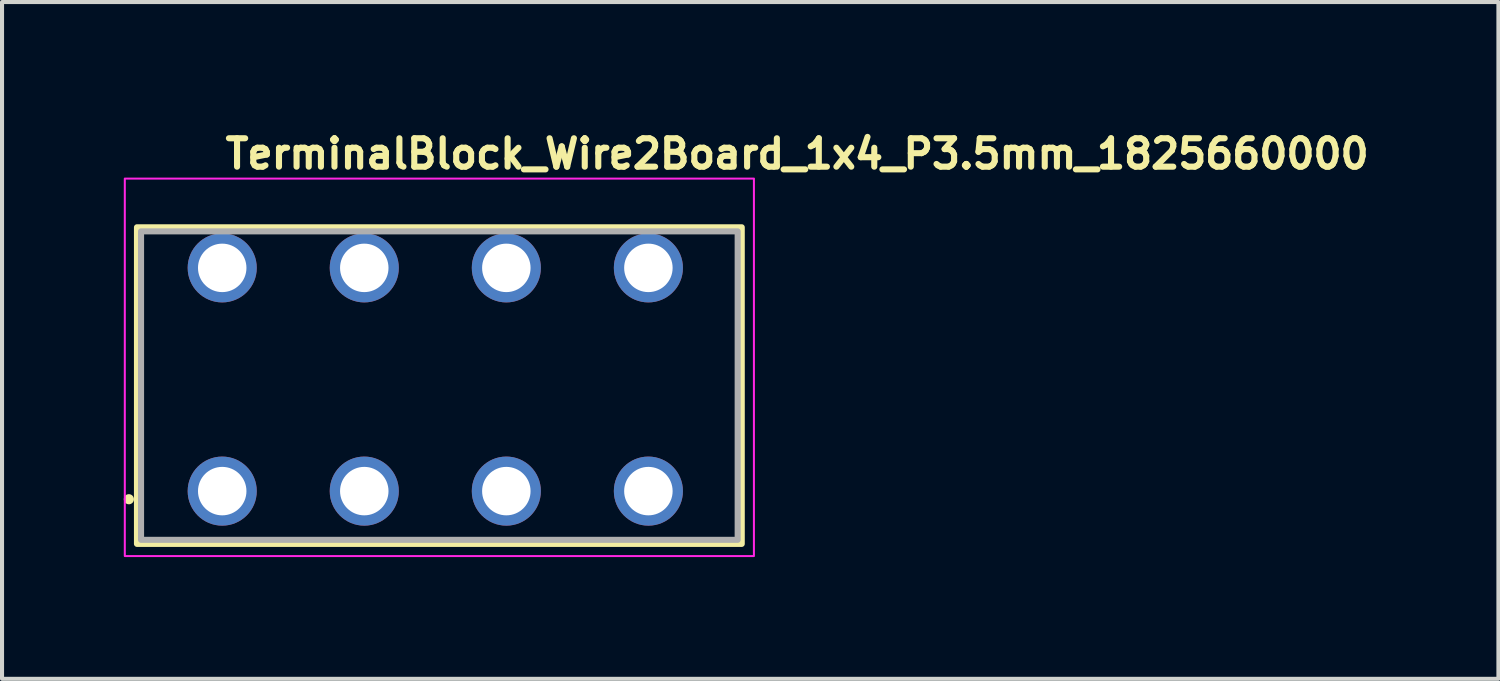
<source format=kicad_pcb>
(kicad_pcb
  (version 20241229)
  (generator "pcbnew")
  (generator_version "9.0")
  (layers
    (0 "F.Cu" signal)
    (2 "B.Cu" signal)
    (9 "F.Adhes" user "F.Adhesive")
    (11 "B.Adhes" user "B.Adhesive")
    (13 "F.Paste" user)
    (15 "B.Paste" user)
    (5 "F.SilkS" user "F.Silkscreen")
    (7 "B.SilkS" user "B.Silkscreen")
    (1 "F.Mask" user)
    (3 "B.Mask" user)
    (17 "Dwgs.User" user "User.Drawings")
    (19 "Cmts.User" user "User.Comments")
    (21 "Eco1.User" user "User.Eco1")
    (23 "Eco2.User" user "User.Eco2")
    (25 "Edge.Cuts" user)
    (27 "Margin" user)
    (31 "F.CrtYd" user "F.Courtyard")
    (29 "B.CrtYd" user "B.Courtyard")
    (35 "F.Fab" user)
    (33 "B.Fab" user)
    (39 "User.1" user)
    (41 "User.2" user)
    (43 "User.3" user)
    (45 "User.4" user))
  (footprint "TerminalBlock_Wire2Board_1x4_P3.5mm_1825660000"
    (layer "F.Cu")
    (at 2.425 3.55)
    (property "Reference" "TerminalBlock_Wire2Board_1x4_P3.5mm_1825660000" (at 0 -2.4 0) (layer "F.SilkS") (effects (font (size 0.7 0.7) (thickness 0.15)) (justify left bottom)))
    (attr through_hole)
    (fp_rect (start -2.1 -1) (end 12.8 6.8) (stroke (width 0.15) (type solid)) (fill no) (layer "F.SilkS"))
    (fp_circle (center -2.3 5.7) (end -2.25 5.7) (stroke (width 0.15) (type solid)) (fill yes) (layer "F.SilkS"))
    (fp_rect (start -2.4 -2.2) (end 13.1 7.1) (stroke (width 0.05) (type solid)) (fill no) (layer "F.CrtYd"))
    (fp_rect (start -2 -0.9) (end 12.7 6.7) (stroke (width 0.15) (type solid)) (fill no) (layer "F.Fab"))
    (fp_rect (start -2 -1.8) (end 12.7 6.7) (stroke (width 0.1) (type solid)) (fill no) (layer "User.5"))
    (fp_line (start -2 -1.8) (end 12.7 -1.8) (stroke (width 0.02) (type solid)) (layer "User.9"))
    (fp_line (start -2 0.1) (end -2 -1.8) (stroke (width 0.02) (type solid)) (layer "User.9"))
    (fp_line (start -2 0.1) (end -2 6.1) (stroke (width 0.02) (type solid)) (layer "User.9"))
    (fp_line (start -2 0.1) (end -1.3 0.1) (stroke (width 0.02) (type solid)) (layer "User.9"))
    (fp_line (start -2 6.1) (end -0.95 6.1) (stroke (width 0.02) (type solid)) (layer "User.9"))
    (fp_line (start -2 6.7) (end -2 6.1) (stroke (width 0.02) (type solid)) (layer "User.9"))
    (fp_line (start -2 6.7) (end 12.7 6.7) (stroke (width 0.02) (type solid)) (layer "User.9"))
    (fp_line (start -1.45 4.75) (end -1.448 4.834) (stroke (width 0.02) (type solid)) (layer "User.9"))
    (fp_line (start -1.448 4.666) (end -1.45 4.75) (stroke (width 0.02) (type solid)) (layer "User.9"))
    (fp_line (start -1.448 4.834) (end -1.442 4.919) (stroke (width 0.02) (type solid)) (layer "User.9"))
    (fp_line (start -1.442 4.581) (end -1.448 4.666) (stroke (width 0.02) (type solid)) (layer "User.9"))
    (fp_line (start -1.442 4.919) (end -1.432 5.002) (stroke (width 0.02) (type solid)) (layer "User.9"))
    (fp_line (start -1.432 4.498) (end -1.442 4.581) (stroke (width 0.02) (type solid)) (layer "User.9"))
    (fp_line (start -1.432 5.002) (end -1.419 5.086) (stroke (width 0.02) (type solid)) (layer "User.9"))
    (fp_line (start -1.419 4.414) (end -1.432 4.498) (stroke (width 0.02) (type solid)) (layer "User.9"))
    (fp_line (start -1.419 5.086) (end -1.401 5.169) (stroke (width 0.02) (type solid)) (layer "User.9"))
    (fp_line (start -1.401 4.331) (end -1.419 4.414) (stroke (width 0.02) (type solid)) (layer "User.9"))
    (fp_line (start -1.401 5.169) (end -1.38 5.251) (stroke (width 0.02) (type solid)) (layer "User.9"))
    (fp_line (start -1.38 4.249) (end -1.401 4.331) (stroke (width 0.02) (type solid)) (layer "User.9"))
    (fp_line (start -1.38 5.251) (end -1.354 5.332) (stroke (width 0.02) (type solid)) (layer "User.9"))
    (fp_line (start -1.354 4.168) (end -1.38 4.249) (stroke (width 0.02) (type solid)) (layer "User.9"))
    (fp_line (start -1.354 5.332) (end -1.325 5.412) (stroke (width 0.02) (type solid)) (layer "User.9"))
    (fp_line (start -1.325 4.088) (end -1.354 4.168) (stroke (width 0.02) (type solid)) (layer "User.9"))
    (fp_line (start -1.325 5.412) (end -1.292 5.492) (stroke (width 0.02) (type solid)) (layer "User.9"))
    (fp_line (start -1.3 0.1) (end 1.5 0.1) (stroke (width 0.02) (type solid)) (layer "User.9"))
    (fp_line (start -1.3 0.2) (end -1.3 0.1) (stroke (width 0.02) (type solid)) (layer "User.9"))
    (fp_line (start -1.3 0.2) (end -1.3 3.3) (stroke (width 0.02) (type solid)) (layer "User.9"))
    (fp_line (start -1.292 4.008) (end -1.325 4.088) (stroke (width 0.02) (type solid)) (layer "User.9"))
    (fp_line (start -1.292 5.492) (end -1.255 5.569) (stroke (width 0.02) (type solid)) (layer "User.9"))
    (fp_line (start -1.255 3.931) (end -1.292 4.008) (stroke (width 0.02) (type solid)) (layer "User.9"))
    (fp_line (start -1.255 5.569) (end -1.214 5.646) (stroke (width 0.02) (type solid)) (layer "User.9"))
    (fp_line (start -1.214 3.854) (end -1.255 3.931) (stroke (width 0.02) (type solid)) (layer "User.9"))
    (fp_line (start -1.214 5.646) (end -1.169 5.72) (stroke (width 0.02) (type solid)) (layer "User.9"))
    (fp_line (start -1.169 3.78) (end -1.214 3.854) (stroke (width 0.02) (type solid)) (layer "User.9"))
    (fp_line (start -1.169 5.72) (end -1.12 5.793) (stroke (width 0.02) (type solid)) (layer "User.9"))
    (fp_line (start -1.12 3.707) (end -1.169 3.78) (stroke (width 0.02) (type solid)) (layer "User.9"))
    (fp_line (start -1.12 5.793) (end -1.067 5.864) (stroke (width 0.02) (type solid)) (layer "User.9"))
    (fp_line (start -1.067 3.636) (end -1.12 3.707) (stroke (width 0.02) (type solid)) (layer "User.9"))
    (fp_line (start -1.067 5.864) (end -1.011 5.933) (stroke (width 0.02) (type solid)) (layer "User.9"))
    (fp_line (start -1.011 3.567) (end -1.067 3.636) (stroke (width 0.02) (type solid)) (layer "User.9"))
    (fp_line (start -1.011 5.933) (end -0.95 6) (stroke (width 0.02) (type solid)) (layer "User.9"))
    (fp_line (start -0.95 3.5) (end -1.011 3.567) (stroke (width 0.02) (type solid)) (layer "User.9"))
    (fp_line (start -0.95 3.5) (end -0.95 3.3) (stroke (width 0.02) (type solid)) (layer "User.9"))
    (fp_line (start -0.95 6.1) (end -0.95 6) (stroke (width 0.02) (type solid)) (layer "User.9"))
    (fp_line (start -0.95 6.2) (end -0.95 6.1) (stroke (width 0.02) (type solid)) (layer "User.9"))
    (fp_line (start -0.95 6.2) (end 1.05 6.2) (stroke (width 0.02) (type solid)) (layer "User.9"))
    (fp_line (start -0.84 3.3) (end -1.3 3.3) (stroke (width 0.02) (type solid)) (layer "User.9"))
    (fp_line (start -0.84 3.3) (end -0.84 3) (stroke (width 0.02) (type solid)) (layer "User.9"))
    (fp_line (start -0.84 3.3) (end 1.04 3.3) (stroke (width 0.02) (type solid)) (layer "User.9"))
    (fp_line (start -0.6 1.15) (end -0.599 1.175) (stroke (width 0.02) (type solid)) (layer "User.9"))
    (fp_line (start -0.599 1.125) (end -0.6 1.15) (stroke (width 0.02) (type solid)) (layer "User.9"))
    (fp_line (start -0.599 1.175) (end -0.598 1.2) (stroke (width 0.02) (type solid)) (layer "User.9"))
    (fp_line (start -0.598 1.1) (end -0.599 1.125) (stroke (width 0.02) (type solid)) (layer "User.9"))
    (fp_line (start -0.598 1.2) (end -0.596 1.225) (stroke (width 0.02) (type solid)) (layer "User.9"))
    (fp_line (start -0.596 1.075) (end -0.598 1.1) (stroke (width 0.02) (type solid)) (layer "User.9"))
    (fp_line (start -0.596 1.225) (end -0.592 1.25) (stroke (width 0.02) (type solid)) (layer "User.9"))
    (fp_line (start -0.592 1.05) (end -0.596 1.075) (stroke (width 0.02) (type solid)) (layer "User.9"))
    (fp_line (start -0.592 1.25) (end -0.588 1.274) (stroke (width 0.02) (type solid)) (layer "User.9"))
    (fp_line (start -0.588 1.026) (end -0.592 1.05) (stroke (width 0.02) (type solid)) (layer "User.9"))
    (fp_line (start -0.588 1.274) (end -0.584 1.299) (stroke (width 0.02) (type solid)) (layer "User.9"))
    (fp_line (start -0.584 1.001) (end -0.588 1.026) (stroke (width 0.02) (type solid)) (layer "User.9"))
    (fp_line (start -0.584 1.299) (end -0.578 1.323) (stroke (width 0.02) (type solid)) (layer "User.9"))
    (fp_line (start -0.578 0.977) (end -0.584 1.001) (stroke (width 0.02) (type solid)) (layer "User.9"))
    (fp_line (start -0.578 1.323) (end -0.571 1.347) (stroke (width 0.02) (type solid)) (layer "User.9"))
    (fp_line (start -0.571 0.953) (end -0.578 0.977) (stroke (width 0.02) (type solid)) (layer "User.9"))
    (fp_line (start -0.571 1.347) (end -0.564 1.371) (stroke (width 0.02) (type solid)) (layer "User.9"))
    (fp_line (start -0.564 0.929) (end -0.571 0.953) (stroke (width 0.02) (type solid)) (layer "User.9"))
    (fp_line (start -0.564 1.371) (end -0.556 1.394) (stroke (width 0.02) (type solid)) (layer "User.9"))
    (fp_line (start -0.556 0.906) (end -0.564 0.929) (stroke (width 0.02) (type solid)) (layer "User.9"))
    (fp_line (start -0.556 1.394) (end -0.546 1.417) (stroke (width 0.02) (type solid)) (layer "User.9"))
    (fp_line (start -0.546 0.883) (end -0.556 0.906) (stroke (width 0.02) (type solid)) (layer "User.9"))
    (fp_line (start -0.546 1.417) (end -0.537 1.44) (stroke (width 0.02) (type solid)) (layer "User.9"))
    (fp_line (start -0.537 0.86) (end -0.546 0.883) (stroke (width 0.02) (type solid)) (layer "User.9"))
    (fp_line (start -0.537 1.44) (end -0.526 1.463) (stroke (width 0.02) (type solid)) (layer "User.9"))
    (fp_line (start -0.526 0.837) (end -0.537 0.86) (stroke (width 0.02) (type solid)) (layer "User.9"))
    (fp_line (start -0.526 1.463) (end -0.514 1.485) (stroke (width 0.02) (type solid)) (layer "User.9"))
    (fp_line (start -0.514 0.815) (end -0.526 0.837) (stroke (width 0.02) (type solid)) (layer "User.9"))
    (fp_line (start -0.514 1.485) (end -0.502 1.507) (stroke (width 0.02) (type solid)) (layer "User.9"))
    (fp_line (start -0.502 0.793) (end -0.514 0.815) (stroke (width 0.02) (type solid)) (layer "User.9"))
    (fp_line (start -0.502 1.507) (end -0.489 1.528) (stroke (width 0.02) (type solid)) (layer "User.9"))
    (fp_line (start -0.489 0.2) (end -1.3 0.2) (stroke (width 0.02) (type solid)) (layer "User.9"))
    (fp_line (start -0.489 0.2) (end -0.489 0.772) (stroke (width 0.02) (type solid)) (layer "User.9"))
    (fp_line (start -0.489 0.2) (end -0.2 0.2) (stroke (width 0.02) (type solid)) (layer "User.9"))
    (fp_line (start -0.489 0.772) (end -0.502 0.793) (stroke (width 0.02) (type solid)) (layer "User.9"))
    (fp_line (start -0.489 0.772) (end -0.473 0.748) (stroke (width 0.02) (type solid)) (layer "User.9"))
    (fp_line (start -0.489 1.528) (end -0.489 3) (stroke (width 0.02) (type solid)) (layer "User.9"))
    (fp_line (start -0.489 1.528) (end -0.473 1.552) (stroke (width 0.02) (type solid)) (layer "User.9"))
    (fp_line (start -0.489 3) (end -0.84 3) (stroke (width 0.02) (type solid)) (layer "User.9"))
    (fp_line (start -0.489 3) (end -0.2 3) (stroke (width 0.02) (type solid)) (layer "User.9"))
    (fp_line (start -0.473 0.748) (end -0.456 0.726) (stroke (width 0.02) (type solid)) (layer "User.9"))
    (fp_line (start -0.473 1.552) (end -0.456 1.574) (stroke (width 0.02) (type solid)) (layer "User.9"))
    (fp_line (start -0.456 0.726) (end -0.439 0.705) (stroke (width 0.02) (type solid)) (layer "User.9"))
    (fp_line (start -0.456 1.574) (end -0.44 1.595) (stroke (width 0.02) (type solid)) (layer "User.9"))
    (fp_line (start -0.44 1.595) (end -0.422 1.615) (stroke (width 0.02) (type solid)) (layer "User.9"))
    (fp_line (start -0.439 0.705) (end -0.422 0.685) (stroke (width 0.02) (type solid)) (layer "User.9"))
    (fp_line (start -0.422 0.685) (end -0.405 0.666) (stroke (width 0.02) (type solid)) (layer "User.9"))
    (fp_line (start -0.422 1.615) (end -0.405 1.634) (stroke (width 0.02) (type solid)) (layer "User.9"))
    (fp_line (start -0.405 0.666) (end -0.387 0.648) (stroke (width 0.02) (type solid)) (layer "User.9"))
    (fp_line (start -0.405 1.634) (end -0.387 1.652) (stroke (width 0.02) (type solid)) (layer "User.9"))
    (fp_line (start -0.387 0.648) (end -0.369 0.631) (stroke (width 0.02) (type solid)) (layer "User.9"))
    (fp_line (start -0.387 1.652) (end -0.369 1.669) (stroke (width 0.02) (type solid)) (layer "User.9"))
    (fp_line (start -0.369 0.631) (end -0.351 0.615) (stroke (width 0.02) (type solid)) (layer "User.9"))
    (fp_line (start -0.369 1.669) (end -0.351 1.685) (stroke (width 0.02) (type solid)) (layer "User.9"))
    (fp_line (start -0.351 0.615) (end -0.333 0.6) (stroke (width 0.02) (type solid)) (layer "User.9"))
    (fp_line (start -0.351 1.685) (end -0.333 1.7) (stroke (width 0.02) (type solid)) (layer "User.9"))
    (fp_line (start -0.333 0.6) (end -0.314 0.586) (stroke (width 0.02) (type solid)) (layer "User.9"))
    (fp_line (start -0.333 1.7) (end -0.314 1.714) (stroke (width 0.02) (type solid)) (layer "User.9"))
    (fp_line (start -0.314 0.586) (end -0.295 0.573) (stroke (width 0.02) (type solid)) (layer "User.9"))
    (fp_line (start -0.314 1.714) (end -0.295 1.727) (stroke (width 0.02) (type solid)) (layer "User.9"))
    (fp_line (start -0.295 0.573) (end -0.276 0.56) (stroke (width 0.02) (type solid)) (layer "User.9"))
    (fp_line (start -0.295 1.727) (end -0.276 1.74) (stroke (width 0.02) (type solid)) (layer "User.9"))
    (fp_line (start -0.276 0.56) (end -0.257 0.549) (stroke (width 0.02) (type solid)) (layer "User.9"))
    (fp_line (start -0.276 1.74) (end -0.257 1.751) (stroke (width 0.02) (type solid)) (layer "User.9"))
    (fp_line (start -0.257 0.549) (end -0.238 0.538) (stroke (width 0.02) (type solid)) (layer "User.9"))
    (fp_line (start -0.257 1.751) (end -0.238 1.762) (stroke (width 0.02) (type solid)) (layer "User.9"))
    (fp_line (start -0.238 0.538) (end -0.219 0.528) (stroke (width 0.02) (type solid)) (layer "User.9"))
    (fp_line (start -0.238 1.762) (end -0.219 1.772) (stroke (width 0.02) (type solid)) (layer "User.9"))
    (fp_line (start -0.219 0.528) (end -0.2 0.518) (stroke (width 0.02) (type solid)) (layer "User.9"))
    (fp_line (start -0.219 1.772) (end -0.2 1.782) (stroke (width 0.02) (type solid)) (layer "User.9"))
    (fp_line (start -0.2 0.2) (end -0.2 0.518) (stroke (width 0.02) (type solid)) (layer "User.9"))
    (fp_line (start -0.2 0.2) (end 0.4 0.2) (stroke (width 0.02) (type solid)) (layer "User.9"))
    (fp_line (start -0.2 0.518) (end -0.164 0.502) (stroke (width 0.02) (type solid)) (layer "User.9"))
    (fp_line (start -0.2 1.782) (end -0.2 3) (stroke (width 0.02) (type solid)) (layer "User.9"))
    (fp_line (start -0.2 1.782) (end -0.164 1.798) (stroke (width 0.02) (type solid)) (layer "User.9"))
    (fp_line (start -0.2 3) (end 0.4 3) (stroke (width 0.02) (type solid)) (layer "User.9"))
    (fp_line (start -0.164 0.502) (end -0.127 0.488) (stroke (width 0.02) (type solid)) (layer "User.9"))
    (fp_line (start -0.164 1.798) (end -0.127 1.812) (stroke (width 0.02) (type solid)) (layer "User.9"))
    (fp_line (start -0.127 0.488) (end -0.09 0.477) (stroke (width 0.02) (type solid)) (layer "User.9"))
    (fp_line (start -0.127 1.812) (end -0.09 1.823) (stroke (width 0.02) (type solid)) (layer "User.9"))
    (fp_line (start -0.09 0.477) (end -0.053 0.467) (stroke (width 0.02) (type solid)) (layer "User.9"))
    (fp_line (start -0.09 1.823) (end -0.053 1.833) (stroke (width 0.02) (type solid)) (layer "User.9"))
    (fp_line (start -0.053 0.467) (end -0.015 0.46) (stroke (width 0.02) (type solid)) (layer "User.9"))
    (fp_line (start -0.053 1.833) (end -0.015 1.84) (stroke (width 0.02) (type solid)) (layer "User.9"))
    (fp_line (start -0.015 0.46) (end 0.023 0.455) (stroke (width 0.02) (type solid)) (layer "User.9"))
    (fp_line (start -0.015 1.84) (end 0.023 1.845) (stroke (width 0.02) (type solid)) (layer "User.9"))
    (fp_line (start 0.023 0.455) (end 0.062 0.451) (stroke (width 0.02) (type solid)) (layer "User.9"))
    (fp_line (start 0.023 1.845) (end 0.062 1.849) (stroke (width 0.02) (type solid)) (layer "User.9"))
    (fp_line (start 0.062 0.451) (end 0.1 0.45) (stroke (width 0.02) (type solid)) (layer "User.9"))
    (fp_line (start 0.062 1.849) (end 0.1 1.85) (stroke (width 0.02) (type solid)) (layer "User.9"))
    (fp_line (start 0.1 0.45) (end 0.138 0.451) (stroke (width 0.02) (type solid)) (layer "User.9"))
    (fp_line (start 0.1 1.85) (end 0.138 1.849) (stroke (width 0.02) (type solid)) (layer "User.9"))
    (fp_line (start 0.138 0.451) (end 0.177 0.455) (stroke (width 0.02) (type solid)) (layer "User.9"))
    (fp_line (start 0.138 1.849) (end 0.177 1.845) (stroke (width 0.02) (type solid)) (layer "User.9"))
    (fp_line (start 0.177 0.455) (end 0.215 0.46) (stroke (width 0.02) (type solid)) (layer "User.9"))
    (fp_line (start 0.177 1.845) (end 0.215 1.84) (stroke (width 0.02) (type solid)) (layer "User.9"))
    (fp_line (start 0.215 0.46) (end 0.253 0.467) (stroke (width 0.02) (type solid)) (layer "User.9"))
    (fp_line (start 0.215 1.84) (end 0.253 1.833) (stroke (width 0.02) (type solid)) (layer "User.9"))
    (fp_line (start 0.253 0.467) (end 0.29 0.477) (stroke (width 0.02) (type solid)) (layer "User.9"))
    (fp_line (start 0.253 1.833) (end 0.29 1.823) (stroke (width 0.02) (type solid)) (layer "User.9"))
    (fp_line (start 0.29 0.477) (end 0.327 0.488) (stroke (width 0.02) (type solid)) (layer "User.9"))
    (fp_line (start 0.29 1.823) (end 0.327 1.812) (stroke (width 0.02) (type solid)) (layer "User.9"))
    (fp_line (start 0.327 0.488) (end 0.364 0.502) (stroke (width 0.02) (type solid)) (layer "User.9"))
    (fp_line (start 0.327 1.812) (end 0.364 1.798) (stroke (width 0.02) (type solid)) (layer "User.9"))
    (fp_line (start 0.364 0.502) (end 0.4 0.518) (stroke (width 0.02) (type solid)) (layer "User.9"))
    (fp_line (start 0.364 1.798) (end 0.4 1.782) (stroke (width 0.02) (type solid)) (layer "User.9"))
    (fp_line (start 0.4 0.2) (end 0.4 0.518) (stroke (width 0.02) (type solid)) (layer "User.9"))
    (fp_line (start 0.4 0.2) (end 0.689 0.2) (stroke (width 0.02) (type solid)) (layer "User.9"))
    (fp_line (start 0.4 1.782) (end 0.4 3) (stroke (width 0.02) (type solid)) (layer "User.9"))
    (fp_line (start 0.419 0.528) (end 0.4 0.518) (stroke (width 0.02) (type solid)) (layer "User.9"))
    (fp_line (start 0.419 1.772) (end 0.4 1.782) (stroke (width 0.02) (type solid)) (layer "User.9"))
    (fp_line (start 0.438 0.538) (end 0.419 0.528) (stroke (width 0.02) (type solid)) (layer "User.9"))
    (fp_line (start 0.438 1.762) (end 0.419 1.772) (stroke (width 0.02) (type solid)) (layer "User.9"))
    (fp_line (start 0.457 0.549) (end 0.438 0.538) (stroke (width 0.02) (type solid)) (layer "User.9"))
    (fp_line (start 0.457 1.751) (end 0.438 1.762) (stroke (width 0.02) (type solid)) (layer "User.9"))
    (fp_line (start 0.476 0.56) (end 0.457 0.549) (stroke (width 0.02) (type solid)) (layer "User.9"))
    (fp_line (start 0.476 1.74) (end 0.457 1.751) (stroke (width 0.02) (type solid)) (layer "User.9"))
    (fp_line (start 0.495 0.573) (end 0.476 0.56) (stroke (width 0.02) (type solid)) (layer "User.9"))
    (fp_line (start 0.495 1.727) (end 0.476 1.74) (stroke (width 0.02) (type solid)) (layer "User.9"))
    (fp_line (start 0.514 0.586) (end 0.495 0.573) (stroke (width 0.02) (type solid)) (layer "User.9"))
    (fp_line (start 0.514 1.714) (end 0.495 1.727) (stroke (width 0.02) (type solid)) (layer "User.9"))
    (fp_line (start 0.533 0.6) (end 0.514 0.586) (stroke (width 0.02) (type solid)) (layer "User.9"))
    (fp_line (start 0.533 1.7) (end 0.514 1.714) (stroke (width 0.02) (type solid)) (layer "User.9"))
    (fp_line (start 0.551 0.615) (end 0.533 0.6) (stroke (width 0.02) (type solid)) (layer "User.9"))
    (fp_line (start 0.551 1.685) (end 0.533 1.7) (stroke (width 0.02) (type solid)) (layer "User.9"))
    (fp_line (start 0.569 0.631) (end 0.551 0.615) (stroke (width 0.02) (type solid)) (layer "User.9"))
    (fp_line (start 0.569 1.669) (end 0.551 1.685) (stroke (width 0.02) (type solid)) (layer "User.9"))
    (fp_line (start 0.587 0.648) (end 0.569 0.631) (stroke (width 0.02) (type solid)) (layer "User.9"))
    (fp_line (start 0.587 1.652) (end 0.569 1.669) (stroke (width 0.02) (type solid)) (layer "User.9"))
    (fp_line (start 0.605 0.666) (end 0.587 0.648) (stroke (width 0.02) (type solid)) (layer "User.9"))
    (fp_line (start 0.605 1.634) (end 0.587 1.652) (stroke (width 0.02) (type solid)) (layer "User.9"))
    (fp_line (start 0.622 0.685) (end 0.605 0.666) (stroke (width 0.02) (type solid)) (layer "User.9"))
    (fp_line (start 0.622 1.615) (end 0.605 1.634) (stroke (width 0.02) (type solid)) (layer "User.9"))
    (fp_line (start 0.639 0.705) (end 0.622 0.685) (stroke (width 0.02) (type solid)) (layer "User.9"))
    (fp_line (start 0.64 1.595) (end 0.622 1.615) (stroke (width 0.02) (type solid)) (layer "User.9"))
    (fp_line (start 0.656 0.726) (end 0.639 0.705) (stroke (width 0.02) (type solid)) (layer "User.9"))
    (fp_line (start 0.656 1.574) (end 0.64 1.595) (stroke (width 0.02) (type solid)) (layer "User.9"))
    (fp_line (start 0.673 0.748) (end 0.656 0.726) (stroke (width 0.02) (type solid)) (layer "User.9"))
    (fp_line (start 0.673 1.552) (end 0.656 1.574) (stroke (width 0.02) (type solid)) (layer "User.9"))
    (fp_line (start 0.689 0.2) (end 0.689 0.772) (stroke (width 0.02) (type solid)) (layer "User.9"))
    (fp_line (start 0.689 0.772) (end 0.673 0.748) (stroke (width 0.02) (type solid)) (layer "User.9"))
    (fp_line (start 0.689 1.528) (end 0.673 1.552) (stroke (width 0.02) (type solid)) (layer "User.9"))
    (fp_line (start 0.689 1.528) (end 0.689 3) (stroke (width 0.02) (type solid)) (layer "User.9"))
    (fp_line (start 0.689 1.528) (end 0.702 1.507) (stroke (width 0.02) (type solid)) (layer "User.9"))
    (fp_line (start 0.689 3) (end 0.4 3) (stroke (width 0.02) (type solid)) (layer "User.9"))
    (fp_line (start 0.702 0.793) (end 0.689 0.772) (stroke (width 0.02) (type solid)) (layer "User.9"))
    (fp_line (start 0.702 1.507) (end 0.714 1.485) (stroke (width 0.02) (type solid)) (layer "User.9"))
    (fp_line (start 0.714 0.815) (end 0.702 0.793) (stroke (width 0.02) (type solid)) (layer "User.9"))
    (fp_line (start 0.714 1.485) (end 0.726 1.463) (stroke (width 0.02) (type solid)) (layer "User.9"))
    (fp_line (start 0.726 0.837) (end 0.714 0.815) (stroke (width 0.02) (type solid)) (layer "User.9"))
    (fp_line (start 0.726 1.463) (end 0.737 1.44) (stroke (width 0.02) (type solid)) (layer "User.9"))
    (fp_line (start 0.737 0.86) (end 0.726 0.837) (stroke (width 0.02) (type solid)) (layer "User.9"))
    (fp_line (start 0.737 1.44) (end 0.746 1.417) (stroke (width 0.02) (type solid)) (layer "User.9"))
    (fp_line (start 0.746 0.883) (end 0.737 0.86) (stroke (width 0.02) (type solid)) (layer "User.9"))
    (fp_line (start 0.746 1.417) (end 0.756 1.394) (stroke (width 0.02) (type solid)) (layer "User.9"))
    (fp_line (start 0.756 0.906) (end 0.746 0.883) (stroke (width 0.02) (type solid)) (layer "User.9"))
    (fp_line (start 0.756 1.394) (end 0.764 1.371) (stroke (width 0.02) (type solid)) (layer "User.9"))
    (fp_line (start 0.764 0.929) (end 0.756 0.906) (stroke (width 0.02) (type solid)) (layer "User.9"))
    (fp_line (start 0.764 1.371) (end 0.771 1.347) (stroke (width 0.02) (type solid)) (layer "User.9"))
    (fp_line (start 0.771 0.953) (end 0.764 0.929) (stroke (width 0.02) (type solid)) (layer "User.9"))
    (fp_line (start 0.771 1.347) (end 0.778 1.323) (stroke (width 0.02) (type solid)) (layer "User.9"))
    (fp_line (start 0.778 0.977) (end 0.771 0.953) (stroke (width 0.02) (type solid)) (layer "User.9"))
    (fp_line (start 0.778 1.323) (end 0.784 1.299) (stroke (width 0.02) (type solid)) (layer "User.9"))
    (fp_line (start 0.784 1.001) (end 0.778 0.977) (stroke (width 0.02) (type solid)) (layer "User.9"))
    (fp_line (start 0.784 1.299) (end 0.788 1.274) (stroke (width 0.02) (type solid)) (layer "User.9"))
    (fp_line (start 0.788 1.026) (end 0.784 1.001) (stroke (width 0.02) (type solid)) (layer "User.9"))
    (fp_line (start 0.788 1.274) (end 0.792 1.25) (stroke (width 0.02) (type solid)) (layer "User.9"))
    (fp_line (start 0.792 1.05) (end 0.788 1.026) (stroke (width 0.02) (type solid)) (layer "User.9"))
    (fp_line (start 0.792 1.25) (end 0.796 1.225) (stroke (width 0.02) (type solid)) (layer "User.9"))
    (fp_line (start 0.796 1.075) (end 0.792 1.05) (stroke (width 0.02) (type solid)) (layer "User.9"))
    (fp_line (start 0.796 1.225) (end 0.798 1.2) (stroke (width 0.02) (type solid)) (layer "User.9"))
    (fp_line (start 0.798 1.1) (end 0.796 1.075) (stroke (width 0.02) (type solid)) (layer "User.9"))
    (fp_line (start 0.798 1.2) (end 0.799 1.175) (stroke (width 0.02) (type solid)) (layer "User.9"))
    (fp_line (start 0.799 1.125) (end 0.798 1.1) (stroke (width 0.02) (type solid)) (layer "User.9"))
    (fp_line (start 0.799 1.175) (end 0.8 1.15) (stroke (width 0.02) (type solid)) (layer "User.9"))
    (fp_line (start 0.8 1.15) (end 0.799 1.125) (stroke (width 0.02) (type solid)) (layer "User.9"))
    (fp_line (start 1.04 3) (end 0.689 3) (stroke (width 0.02) (type solid)) (layer "User.9"))
    (fp_line (start 1.04 3.3) (end 1.04 3) (stroke (width 0.02) (type solid)) (layer "User.9"))
    (fp_line (start 1.05 3.3) (end 1.05 3.5) (stroke (width 0.02) (type solid)) (layer "User.9"))
    (fp_line (start 1.05 6) (end 1.111 5.933) (stroke (width 0.02) (type solid)) (layer "User.9"))
    (fp_line (start 1.05 6.1) (end 1.05 6) (stroke (width 0.02) (type solid)) (layer "User.9"))
    (fp_line (start 1.05 6.1) (end 1.85 6.1) (stroke (width 0.02) (type solid)) (layer "User.9"))
    (fp_line (start 1.05 6.2) (end 1.05 6.1) (stroke (width 0.02) (type solid)) (layer "User.9"))
    (fp_line (start 1.111 3.567) (end 1.05 3.5) (stroke (width 0.02) (type solid)) (layer "User.9"))
    (fp_line (start 1.111 5.933) (end 1.167 5.864) (stroke (width 0.02) (type solid)) (layer "User.9"))
    (fp_line (start 1.167 3.636) (end 1.111 3.567) (stroke (width 0.02) (type solid)) (layer "User.9"))
    (fp_line (start 1.167 5.864) (end 1.22 5.793) (stroke (width 0.02) (type solid)) (layer "User.9"))
    (fp_line (start 1.22 3.707) (end 1.167 3.636) (stroke (width 0.02) (type solid)) (layer "User.9"))
    (fp_line (start 1.22 5.793) (end 1.269 5.72) (stroke (width 0.02) (type solid)) (layer "User.9"))
    (fp_line (start 1.269 3.78) (end 1.22 3.707) (stroke (width 0.02) (type solid)) (layer "User.9"))
    (fp_line (start 1.269 5.72) (end 1.314 5.646) (stroke (width 0.02) (type solid)) (layer "User.9"))
    (fp_line (start 1.314 3.854) (end 1.269 3.78) (stroke (width 0.02) (type solid)) (layer "User.9"))
    (fp_line (start 1.314 5.646) (end 1.355 5.569) (stroke (width 0.02) (type solid)) (layer "User.9"))
    (fp_line (start 1.355 3.931) (end 1.314 3.854) (stroke (width 0.02) (type solid)) (layer "User.9"))
    (fp_line (start 1.355 5.569) (end 1.392 5.492) (stroke (width 0.02) (type solid)) (layer "User.9"))
    (fp_line (start 1.392 4.008) (end 1.355 3.931) (stroke (width 0.02) (type solid)) (layer "User.9"))
    (fp_line (start 1.392 5.492) (end 1.425 5.412) (stroke (width 0.02) (type solid)) (layer "User.9"))
    (fp_line (start 1.425 4.088) (end 1.392 4.008) (stroke (width 0.02) (type solid)) (layer "User.9"))
    (fp_line (start 1.425 5.412) (end 1.454 5.332) (stroke (width 0.02) (type solid)) (layer "User.9"))
    (fp_line (start 1.454 4.168) (end 1.425 4.088) (stroke (width 0.02) (type solid)) (layer "User.9"))
    (fp_line (start 1.454 5.332) (end 1.48 5.251) (stroke (width 0.02) (type solid)) (layer "User.9"))
    (fp_line (start 1.48 4.249) (end 1.454 4.168) (stroke (width 0.02) (type solid)) (layer "User.9"))
    (fp_line (start 1.48 5.251) (end 1.501 5.169) (stroke (width 0.02) (type solid)) (layer "User.9"))
    (fp_line (start 1.5 0.1) (end 1.5 0.2) (stroke (width 0.02) (type solid)) (layer "User.9"))
    (fp_line (start 1.5 0.1) (end 1.85 0.1) (stroke (width 0.02) (type solid)) (layer "User.9"))
    (fp_line (start 1.5 0.2) (end 0.689 0.2) (stroke (width 0.02) (type solid)) (layer "User.9"))
    (fp_line (start 1.5 0.2) (end 1.5 3.3) (stroke (width 0.02) (type solid)) (layer "User.9"))
    (fp_line (start 1.5 3.3) (end 1.04 3.3) (stroke (width 0.02) (type solid)) (layer "User.9"))
    (fp_line (start 1.501 4.331) (end 1.48 4.249) (stroke (width 0.02) (type solid)) (layer "User.9"))
    (fp_line (start 1.501 5.169) (end 1.519 5.086) (stroke (width 0.02) (type solid)) (layer "User.9"))
    (fp_line (start 1.519 4.414) (end 1.501 4.331) (stroke (width 0.02) (type solid)) (layer "User.9"))
    (fp_line (start 1.519 5.086) (end 1.532 5.002) (stroke (width 0.02) (type solid)) (layer "User.9"))
    (fp_line (start 1.532 4.498) (end 1.519 4.414) (stroke (width 0.02) (type solid)) (layer "User.9"))
    (fp_line (start 1.532 5.002) (end 1.542 4.919) (stroke (width 0.02) (type solid)) (layer "User.9"))
    (fp_line (start 1.542 4.581) (end 1.532 4.498) (stroke (width 0.02) (type solid)) (layer "User.9"))
    (fp_line (start 1.542 4.919) (end 1.548 4.834) (stroke (width 0.02) (type solid)) (layer "User.9"))
    (fp_line (start 1.548 4.666) (end 1.542 4.581) (stroke (width 0.02) (type solid)) (layer "User.9"))
    (fp_line (start 1.548 4.834) (end 1.55 4.75) (stroke (width 0.02) (type solid)) (layer "User.9"))
    (fp_line (start 1.55 4.75) (end 1.548 4.666) (stroke (width 0.02) (type solid)) (layer "User.9"))
    (fp_line (start 1.85 0.1) (end 2.2 0.1) (stroke (width 0.02) (type solid)) (layer "User.9"))
    (fp_line (start 1.85 6.1) (end 2.55 6.1) (stroke (width 0.02) (type solid)) (layer "User.9"))
    (fp_line (start 2.05 4.75) (end 2.052 4.834) (stroke (width 0.02) (type solid)) (layer "User.9"))
    (fp_line (start 2.052 4.666) (end 2.05 4.75) (stroke (width 0.02) (type solid)) (layer "User.9"))
    (fp_line (start 2.052 4.834) (end 2.058 4.919) (stroke (width 0.02) (type solid)) (layer "User.9"))
    (fp_line (start 2.058 4.581) (end 2.052 4.666) (stroke (width 0.02) (type solid)) (layer "User.9"))
    (fp_line (start 2.058 4.919) (end 2.068 5.002) (stroke (width 0.02) (type solid)) (layer "User.9"))
    (fp_line (start 2.068 4.498) (end 2.058 4.581) (stroke (width 0.02) (type solid)) (layer "User.9"))
    (fp_line (start 2.068 5.002) (end 2.081 5.086) (stroke (width 0.02) (type solid)) (layer "User.9"))
    (fp_line (start 2.081 4.414) (end 2.068 4.498) (stroke (width 0.02) (type solid)) (layer "User.9"))
    (fp_line (start 2.081 5.086) (end 2.099 5.169) (stroke (width 0.02) (type solid)) (layer "User.9"))
    (fp_line (start 2.099 4.331) (end 2.081 4.414) (stroke (width 0.02) (type solid)) (layer "User.9"))
    (fp_line (start 2.099 5.169) (end 2.12 5.251) (stroke (width 0.02) (type solid)) (layer "User.9"))
    (fp_line (start 2.12 4.249) (end 2.099 4.331) (stroke (width 0.02) (type solid)) (layer "User.9"))
    (fp_line (start 2.12 5.251) (end 2.146 5.332) (stroke (width 0.02) (type solid)) (layer "User.9"))
    (fp_line (start 2.146 4.168) (end 2.12 4.249) (stroke (width 0.02) (type solid)) (layer "User.9"))
    (fp_line (start 2.146 5.332) (end 2.175 5.412) (stroke (width 0.02) (type solid)) (layer "User.9"))
    (fp_line (start 2.175 4.088) (end 2.146 4.168) (stroke (width 0.02) (type solid)) (layer "User.9"))
    (fp_line (start 2.175 5.412) (end 2.208 5.492) (stroke (width 0.02) (type solid)) (layer "User.9"))
    (fp_line (start 2.2 0.1) (end 5 0.1) (stroke (width 0.02) (type solid)) (layer "User.9"))
    (fp_line (start 2.2 0.2) (end 2.2 0.1) (stroke (width 0.02) (type solid)) (layer "User.9"))
    (fp_line (start 2.2 0.2) (end 2.2 3.3) (stroke (width 0.02) (type solid)) (layer "User.9"))
    (fp_line (start 2.208 4.008) (end 2.175 4.088) (stroke (width 0.02) (type solid)) (layer "User.9"))
    (fp_line (start 2.208 5.492) (end 2.245 5.569) (stroke (width 0.02) (type solid)) (layer "User.9"))
    (fp_line (start 2.245 3.931) (end 2.208 4.008) (stroke (width 0.02) (type solid)) (layer "User.9"))
    (fp_line (start 2.245 5.569) (end 2.286 5.646) (stroke (width 0.02) (type solid)) (layer "User.9"))
    (fp_line (start 2.286 3.854) (end 2.245 3.931) (stroke (width 0.02) (type solid)) (layer "User.9"))
    (fp_line (start 2.286 5.646) (end 2.331 5.72) (stroke (width 0.02) (type solid)) (layer "User.9"))
    (fp_line (start 2.331 3.78) (end 2.286 3.854) (stroke (width 0.02) (type solid)) (layer "User.9"))
    (fp_line (start 2.331 5.72) (end 2.38 5.793) (stroke (width 0.02) (type solid)) (layer "User.9"))
    (fp_line (start 2.38 3.707) (end 2.331 3.78) (stroke (width 0.02) (type solid)) (layer "User.9"))
    (fp_line (start 2.38 5.793) (end 2.433 5.864) (stroke (width 0.02) (type solid)) (layer "User.9"))
    (fp_line (start 2.433 3.636) (end 2.38 3.707) (stroke (width 0.02) (type solid)) (layer "User.9"))
    (fp_line (start 2.433 5.864) (end 2.489 5.933) (stroke (width 0.02) (type solid)) (layer "User.9"))
    (fp_line (start 2.489 3.567) (end 2.433 3.636) (stroke (width 0.02) (type solid)) (layer "User.9"))
    (fp_line (start 2.489 5.933) (end 2.55 6) (stroke (width 0.02) (type solid)) (layer "User.9"))
    (fp_line (start 2.55 3.5) (end 2.489 3.567) (stroke (width 0.02) (type solid)) (layer "User.9"))
    (fp_line (start 2.55 3.5) (end 2.55 3.3) (stroke (width 0.02) (type solid)) (layer "User.9"))
    (fp_line (start 2.55 6.1) (end 2.55 6) (stroke (width 0.02) (type solid)) (layer "User.9"))
    (fp_line (start 2.55 6.2) (end 2.55 6.1) (stroke (width 0.02) (type solid)) (layer "User.9"))
    (fp_line (start 2.55 6.2) (end 4.55 6.2) (stroke (width 0.02) (type solid)) (layer "User.9"))
    (fp_line (start 2.66 3.3) (end 2.2 3.3) (stroke (width 0.02) (type solid)) (layer "User.9"))
    (fp_line (start 2.66 3.3) (end 2.66 3) (stroke (width 0.02) (type solid)) (layer "User.9"))
    (fp_line (start 2.66 3.3) (end 4.54 3.3) (stroke (width 0.02) (type solid)) (layer "User.9"))
    (fp_line (start 2.9 1.15) (end 2.901 1.175) (stroke (width 0.02) (type solid)) (layer "User.9"))
    (fp_line (start 2.901 1.125) (end 2.9 1.15) (stroke (width 0.02) (type solid)) (layer "User.9"))
    (fp_line (start 2.901 1.175) (end 2.902 1.2) (stroke (width 0.02) (type solid)) (layer "User.9"))
    (fp_line (start 2.902 1.1) (end 2.901 1.125) (stroke (width 0.02) (type solid)) (layer "User.9"))
    (fp_line (start 2.902 1.2) (end 2.904 1.225) (stroke (width 0.02) (type solid)) (layer "User.9"))
    (fp_line (start 2.904 1.075) (end 2.902 1.1) (stroke (width 0.02) (type solid)) (layer "User.9"))
    (fp_line (start 2.904 1.225) (end 2.908 1.25) (stroke (width 0.02) (type solid)) (layer "User.9"))
    (fp_line (start 2.908 1.05) (end 2.904 1.075) (stroke (width 0.02) (type solid)) (layer "User.9"))
    (fp_line (start 2.908 1.25) (end 2.912 1.274) (stroke (width 0.02) (type solid)) (layer "User.9"))
    (fp_line (start 2.912 1.026) (end 2.908 1.05) (stroke (width 0.02) (type solid)) (layer "User.9"))
    (fp_line (start 2.912 1.274) (end 2.916 1.299) (stroke (width 0.02) (type solid)) (layer "User.9"))
    (fp_line (start 2.916 1.001) (end 2.912 1.026) (stroke (width 0.02) (type solid)) (layer "User.9"))
    (fp_line (start 2.916 1.299) (end 2.922 1.323) (stroke (width 0.02) (type solid)) (layer "User.9"))
    (fp_line (start 2.922 0.977) (end 2.916 1.001) (stroke (width 0.02) (type solid)) (layer "User.9"))
    (fp_line (start 2.922 1.323) (end 2.929 1.347) (stroke (width 0.02) (type solid)) (layer "User.9"))
    (fp_line (start 2.929 0.953) (end 2.922 0.977) (stroke (width 0.02) (type solid)) (layer "User.9"))
    (fp_line (start 2.929 1.347) (end 2.936 1.371) (stroke (width 0.02) (type solid)) (layer "User.9"))
    (fp_line (start 2.936 0.929) (end 2.929 0.953) (stroke (width 0.02) (type solid)) (layer "User.9"))
    (fp_line (start 2.936 1.371) (end 2.944 1.394) (stroke (width 0.02) (type solid)) (layer "User.9"))
    (fp_line (start 2.944 0.906) (end 2.936 0.929) (stroke (width 0.02) (type solid)) (layer "User.9"))
    (fp_line (start 2.944 1.394) (end 2.954 1.417) (stroke (width 0.02) (type solid)) (layer "User.9"))
    (fp_line (start 2.954 0.883) (end 2.944 0.906) (stroke (width 0.02) (type solid)) (layer "User.9"))
    (fp_line (start 2.954 1.417) (end 2.963 1.44) (stroke (width 0.02) (type solid)) (layer "User.9"))
    (fp_line (start 2.963 0.86) (end 2.954 0.883) (stroke (width 0.02) (type solid)) (layer "User.9"))
    (fp_line (start 2.963 1.44) (end 2.974 1.463) (stroke (width 0.02) (type solid)) (layer "User.9"))
    (fp_line (start 2.974 0.837) (end 2.963 0.86) (stroke (width 0.02) (type solid)) (layer "User.9"))
    (fp_line (start 2.974 1.463) (end 2.986 1.485) (stroke (width 0.02) (type solid)) (layer "User.9"))
    (fp_line (start 2.986 0.815) (end 2.974 0.837) (stroke (width 0.02) (type solid)) (layer "User.9"))
    (fp_line (start 2.986 1.485) (end 2.998 1.507) (stroke (width 0.02) (type solid)) (layer "User.9"))
    (fp_line (start 2.998 0.793) (end 2.986 0.815) (stroke (width 0.02) (type solid)) (layer "User.9"))
    (fp_line (start 2.998 1.507) (end 3.011 1.528) (stroke (width 0.02) (type solid)) (layer "User.9"))
    (fp_line (start 3.011 0.2) (end 2.2 0.2) (stroke (width 0.02) (type solid)) (layer "User.9"))
    (fp_line (start 3.011 0.2) (end 3.011 0.772) (stroke (width 0.02) (type solid)) (layer "User.9"))
    (fp_line (start 3.011 0.2) (end 3.3 0.2) (stroke (width 0.02) (type solid)) (layer "User.9"))
    (fp_line (start 3.011 0.772) (end 2.998 0.793) (stroke (width 0.02) (type solid)) (layer "User.9"))
    (fp_line (start 3.011 0.772) (end 3.027 0.748) (stroke (width 0.02) (type solid)) (layer "User.9"))
    (fp_line (start 3.011 1.528) (end 3.011 3) (stroke (width 0.02) (type solid)) (layer "User.9"))
    (fp_line (start 3.011 1.528) (end 3.027 1.552) (stroke (width 0.02) (type solid)) (layer "User.9"))
    (fp_line (start 3.011 3) (end 2.66 3) (stroke (width 0.02) (type solid)) (layer "User.9"))
    (fp_line (start 3.011 3) (end 3.3 3) (stroke (width 0.02) (type solid)) (layer "User.9"))
    (fp_line (start 3.027 0.748) (end 3.044 0.726) (stroke (width 0.02) (type solid)) (layer "User.9"))
    (fp_line (start 3.027 1.552) (end 3.044 1.574) (stroke (width 0.02) (type solid)) (layer "User.9"))
    (fp_line (start 3.044 0.726) (end 3.061 0.705) (stroke (width 0.02) (type solid)) (layer "User.9"))
    (fp_line (start 3.044 1.574) (end 3.06 1.595) (stroke (width 0.02) (type solid)) (layer "User.9"))
    (fp_line (start 3.06 1.595) (end 3.078 1.615) (stroke (width 0.02) (type solid)) (layer "User.9"))
    (fp_line (start 3.061 0.705) (end 3.078 0.685) (stroke (width 0.02) (type solid)) (layer "User.9"))
    (fp_line (start 3.078 0.685) (end 3.095 0.666) (stroke (width 0.02) (type solid)) (layer "User.9"))
    (fp_line (start 3.078 1.615) (end 3.095 1.634) (stroke (width 0.02) (type solid)) (layer "User.9"))
    (fp_line (start 3.095 0.666) (end 3.113 0.648) (stroke (width 0.02) (type solid)) (layer "User.9"))
    (fp_line (start 3.095 1.634) (end 3.113 1.652) (stroke (width 0.02) (type solid)) (layer "User.9"))
    (fp_line (start 3.113 0.648) (end 3.131 0.631) (stroke (width 0.02) (type solid)) (layer "User.9"))
    (fp_line (start 3.113 1.652) (end 3.131 1.669) (stroke (width 0.02) (type solid)) (layer "User.9"))
    (fp_line (start 3.131 0.631) (end 3.149 0.615) (stroke (width 0.02) (type solid)) (layer "User.9"))
    (fp_line (start 3.131 1.669) (end 3.149 1.685) (stroke (width 0.02) (type solid)) (layer "User.9"))
    (fp_line (start 3.149 0.615) (end 3.167 0.6) (stroke (width 0.02) (type solid)) (layer "User.9"))
    (fp_line (start 3.149 1.685) (end 3.167 1.7) (stroke (width 0.02) (type solid)) (layer "User.9"))
    (fp_line (start 3.167 0.6) (end 3.186 0.586) (stroke (width 0.02) (type solid)) (layer "User.9"))
    (fp_line (start 3.167 1.7) (end 3.186 1.714) (stroke (width 0.02) (type solid)) (layer "User.9"))
    (fp_line (start 3.186 0.586) (end 3.205 0.573) (stroke (width 0.02) (type solid)) (layer "User.9"))
    (fp_line (start 3.186 1.714) (end 3.205 1.727) (stroke (width 0.02) (type solid)) (layer "User.9"))
    (fp_line (start 3.205 0.573) (end 3.224 0.56) (stroke (width 0.02) (type solid)) (layer "User.9"))
    (fp_line (start 3.205 1.727) (end 3.224 1.74) (stroke (width 0.02) (type solid)) (layer "User.9"))
    (fp_line (start 3.224 0.56) (end 3.243 0.549) (stroke (width 0.02) (type solid)) (layer "User.9"))
    (fp_line (start 3.224 1.74) (end 3.243 1.751) (stroke (width 0.02) (type solid)) (layer "User.9"))
    (fp_line (start 3.243 0.549) (end 3.262 0.538) (stroke (width 0.02) (type solid)) (layer "User.9"))
    (fp_line (start 3.243 1.751) (end 3.262 1.762) (stroke (width 0.02) (type solid)) (layer "User.9"))
    (fp_line (start 3.262 0.538) (end 3.281 0.528) (stroke (width 0.02) (type solid)) (layer "User.9"))
    (fp_line (start 3.262 1.762) (end 3.281 1.772) (stroke (width 0.02) (type solid)) (layer "User.9"))
    (fp_line (start 3.281 0.528) (end 3.3 0.518) (stroke (width 0.02) (type solid)) (layer "User.9"))
    (fp_line (start 3.281 1.772) (end 3.3 1.782) (stroke (width 0.02) (type solid)) (layer "User.9"))
    (fp_line (start 3.3 0.2) (end 3.3 0.518) (stroke (width 0.02) (type solid)) (layer "User.9"))
    (fp_line (start 3.3 0.2) (end 3.9 0.2) (stroke (width 0.02) (type solid)) (layer "User.9"))
    (fp_line (start 3.3 0.518) (end 3.336 0.502) (stroke (width 0.02) (type solid)) (layer "User.9"))
    (fp_line (start 3.3 1.782) (end 3.3 3) (stroke (width 0.02) (type solid)) (layer "User.9"))
    (fp_line (start 3.3 1.782) (end 3.336 1.798) (stroke (width 0.02) (type solid)) (layer "User.9"))
    (fp_line (start 3.3 3) (end 3.9 3) (stroke (width 0.02) (type solid)) (layer "User.9"))
    (fp_line (start 3.336 0.502) (end 3.373 0.488) (stroke (width 0.02) (type solid)) (layer "User.9"))
    (fp_line (start 3.336 1.798) (end 3.373 1.812) (stroke (width 0.02) (type solid)) (layer "User.9"))
    (fp_line (start 3.373 0.488) (end 3.41 0.477) (stroke (width 0.02) (type solid)) (layer "User.9"))
    (fp_line (start 3.373 1.812) (end 3.41 1.823) (stroke (width 0.02) (type solid)) (layer "User.9"))
    (fp_line (start 3.41 0.477) (end 3.447 0.467) (stroke (width 0.02) (type solid)) (layer "User.9"))
    (fp_line (start 3.41 1.823) (end 3.447 1.833) (stroke (width 0.02) (type solid)) (layer "User.9"))
    (fp_line (start 3.447 0.467) (end 3.485 0.46) (stroke (width 0.02) (type solid)) (layer "User.9"))
    (fp_line (start 3.447 1.833) (end 3.485 1.84) (stroke (width 0.02) (type solid)) (layer "User.9"))
    (fp_line (start 3.485 0.46) (end 3.523 0.455) (stroke (width 0.02) (type solid)) (layer "User.9"))
    (fp_line (start 3.485 1.84) (end 3.523 1.845) (stroke (width 0.02) (type solid)) (layer "User.9"))
    (fp_line (start 3.523 0.455) (end 3.562 0.451) (stroke (width 0.02) (type solid)) (layer "User.9"))
    (fp_line (start 3.523 1.845) (end 3.562 1.849) (stroke (width 0.02) (type solid)) (layer "User.9"))
    (fp_line (start 3.562 0.451) (end 3.6 0.45) (stroke (width 0.02) (type solid)) (layer "User.9"))
    (fp_line (start 3.562 1.849) (end 3.6 1.85) (stroke (width 0.02) (type solid)) (layer "User.9"))
    (fp_line (start 3.6 0.45) (end 3.638 0.451) (stroke (width 0.02) (type solid)) (layer "User.9"))
    (fp_line (start 3.6 1.85) (end 3.638 1.849) (stroke (width 0.02) (type solid)) (layer "User.9"))
    (fp_line (start 3.638 0.451) (end 3.677 0.455) (stroke (width 0.02) (type solid)) (layer "User.9"))
    (fp_line (start 3.638 1.849) (end 3.677 1.845) (stroke (width 0.02) (type solid)) (layer "User.9"))
    (fp_line (start 3.677 0.455) (end 3.715 0.46) (stroke (width 0.02) (type solid)) (layer "User.9"))
    (fp_line (start 3.677 1.845) (end 3.715 1.84) (stroke (width 0.02) (type solid)) (layer "User.9"))
    (fp_line (start 3.715 0.46) (end 3.753 0.467) (stroke (width 0.02) (type solid)) (layer "User.9"))
    (fp_line (start 3.715 1.84) (end 3.753 1.833) (stroke (width 0.02) (type solid)) (layer "User.9"))
    (fp_line (start 3.753 0.467) (end 3.79 0.477) (stroke (width 0.02) (type solid)) (layer "User.9"))
    (fp_line (start 3.753 1.833) (end 3.79 1.823) (stroke (width 0.02) (type solid)) (layer "User.9"))
    (fp_line (start 3.79 0.477) (end 3.827 0.488) (stroke (width 0.02) (type solid)) (layer "User.9"))
    (fp_line (start 3.79 1.823) (end 3.827 1.812) (stroke (width 0.02) (type solid)) (layer "User.9"))
    (fp_line (start 3.827 0.488) (end 3.864 0.502) (stroke (width 0.02) (type solid)) (layer "User.9"))
    (fp_line (start 3.827 1.812) (end 3.864 1.798) (stroke (width 0.02) (type solid)) (layer "User.9"))
    (fp_line (start 3.864 0.502) (end 3.9 0.518) (stroke (width 0.02) (type solid)) (layer "User.9"))
    (fp_line (start 3.864 1.798) (end 3.9 1.782) (stroke (width 0.02) (type solid)) (layer "User.9"))
    (fp_line (start 3.9 0.2) (end 3.9 0.518) (stroke (width 0.02) (type solid)) (layer "User.9"))
    (fp_line (start 3.9 0.2) (end 4.189 0.2) (stroke (width 0.02) (type solid)) (layer "User.9"))
    (fp_line (start 3.9 1.782) (end 3.9 3) (stroke (width 0.02) (type solid)) (layer "User.9"))
    (fp_line (start 3.919 0.528) (end 3.9 0.518) (stroke (width 0.02) (type solid)) (layer "User.9"))
    (fp_line (start 3.919 1.772) (end 3.9 1.782) (stroke (width 0.02) (type solid)) (layer "User.9"))
    (fp_line (start 3.938 0.538) (end 3.919 0.528) (stroke (width 0.02) (type solid)) (layer "User.9"))
    (fp_line (start 3.938 1.762) (end 3.919 1.772) (stroke (width 0.02) (type solid)) (layer "User.9"))
    (fp_line (start 3.957 0.549) (end 3.938 0.538) (stroke (width 0.02) (type solid)) (layer "User.9"))
    (fp_line (start 3.957 1.751) (end 3.938 1.762) (stroke (width 0.02) (type solid)) (layer "User.9"))
    (fp_line (start 3.976 0.56) (end 3.957 0.549) (stroke (width 0.02) (type solid)) (layer "User.9"))
    (fp_line (start 3.976 1.74) (end 3.957 1.751) (stroke (width 0.02) (type solid)) (layer "User.9"))
    (fp_line (start 3.995 0.573) (end 3.976 0.56) (stroke (width 0.02) (type solid)) (layer "User.9"))
    (fp_line (start 3.995 1.727) (end 3.976 1.74) (stroke (width 0.02) (type solid)) (layer "User.9"))
    (fp_line (start 4.014 0.586) (end 3.995 0.573) (stroke (width 0.02) (type solid)) (layer "User.9"))
    (fp_line (start 4.014 1.714) (end 3.995 1.727) (stroke (width 0.02) (type solid)) (layer "User.9"))
    (fp_line (start 4.033 0.6) (end 4.014 0.586) (stroke (width 0.02) (type solid)) (layer "User.9"))
    (fp_line (start 4.033 1.7) (end 4.014 1.714) (stroke (width 0.02) (type solid)) (layer "User.9"))
    (fp_line (start 4.051 0.615) (end 4.033 0.6) (stroke (width 0.02) (type solid)) (layer "User.9"))
    (fp_line (start 4.051 1.685) (end 4.033 1.7) (stroke (width 0.02) (type solid)) (layer "User.9"))
    (fp_line (start 4.069 0.631) (end 4.051 0.615) (stroke (width 0.02) (type solid)) (layer "User.9"))
    (fp_line (start 4.069 1.669) (end 4.051 1.685) (stroke (width 0.02) (type solid)) (layer "User.9"))
    (fp_line (start 4.087 0.648) (end 4.069 0.631) (stroke (width 0.02) (type solid)) (layer "User.9"))
    (fp_line (start 4.087 1.652) (end 4.069 1.669) (stroke (width 0.02) (type solid)) (layer "User.9"))
    (fp_line (start 4.105 0.666) (end 4.087 0.648) (stroke (width 0.02) (type solid)) (layer "User.9"))
    (fp_line (start 4.105 1.634) (end 4.087 1.652) (stroke (width 0.02) (type solid)) (layer "User.9"))
    (fp_line (start 4.122 0.685) (end 4.105 0.666) (stroke (width 0.02) (type solid)) (layer "User.9"))
    (fp_line (start 4.122 1.615) (end 4.105 1.634) (stroke (width 0.02) (type solid)) (layer "User.9"))
    (fp_line (start 4.139 0.705) (end 4.122 0.685) (stroke (width 0.02) (type solid)) (layer "User.9"))
    (fp_line (start 4.14 1.595) (end 4.122 1.615) (stroke (width 0.02) (type solid)) (layer "User.9"))
    (fp_line (start 4.156 0.726) (end 4.139 0.705) (stroke (width 0.02) (type solid)) (layer "User.9"))
    (fp_line (start 4.156 1.574) (end 4.14 1.595) (stroke (width 0.02) (type solid)) (layer "User.9"))
    (fp_line (start 4.173 0.748) (end 4.156 0.726) (stroke (width 0.02) (type solid)) (layer "User.9"))
    (fp_line (start 4.173 1.552) (end 4.156 1.574) (stroke (width 0.02) (type solid)) (layer "User.9"))
    (fp_line (start 4.189 0.2) (end 4.189 0.772) (stroke (width 0.02) (type solid)) (layer "User.9"))
    (fp_line (start 4.189 0.772) (end 4.173 0.748) (stroke (width 0.02) (type solid)) (layer "User.9"))
    (fp_line (start 4.189 1.528) (end 4.173 1.552) (stroke (width 0.02) (type solid)) (layer "User.9"))
    (fp_line (start 4.189 1.528) (end 4.189 3) (stroke (width 0.02) (type solid)) (layer "User.9"))
    (fp_line (start 4.189 1.528) (end 4.202 1.507) (stroke (width 0.02) (type solid)) (layer "User.9"))
    (fp_line (start 4.189 3) (end 3.9 3) (stroke (width 0.02) (type solid)) (layer "User.9"))
    (fp_line (start 4.202 0.793) (end 4.189 0.772) (stroke (width 0.02) (type solid)) (layer "User.9"))
    (fp_line (start 4.202 1.507) (end 4.214 1.485) (stroke (width 0.02) (type solid)) (layer "User.9"))
    (fp_line (start 4.214 0.815) (end 4.202 0.793) (stroke (width 0.02) (type solid)) (layer "User.9"))
    (fp_line (start 4.214 1.485) (end 4.226 1.463) (stroke (width 0.02) (type solid)) (layer "User.9"))
    (fp_line (start 4.226 0.837) (end 4.214 0.815) (stroke (width 0.02) (type solid)) (layer "User.9"))
    (fp_line (start 4.226 1.463) (end 4.237 1.44) (stroke (width 0.02) (type solid)) (layer "User.9"))
    (fp_line (start 4.237 0.86) (end 4.226 0.837) (stroke (width 0.02) (type solid)) (layer "User.9"))
    (fp_line (start 4.237 1.44) (end 4.246 1.417) (stroke (width 0.02) (type solid)) (layer "User.9"))
    (fp_line (start 4.246 0.883) (end 4.237 0.86) (stroke (width 0.02) (type solid)) (layer "User.9"))
    (fp_line (start 4.246 1.417) (end 4.256 1.394) (stroke (width 0.02) (type solid)) (layer "User.9"))
    (fp_line (start 4.256 0.906) (end 4.246 0.883) (stroke (width 0.02) (type solid)) (layer "User.9"))
    (fp_line (start 4.256 1.394) (end 4.264 1.371) (stroke (width 0.02) (type solid)) (layer "User.9"))
    (fp_line (start 4.264 0.929) (end 4.256 0.906) (stroke (width 0.02) (type solid)) (layer "User.9"))
    (fp_line (start 4.264 1.371) (end 4.271 1.347) (stroke (width 0.02) (type solid)) (layer "User.9"))
    (fp_line (start 4.271 0.953) (end 4.264 0.929) (stroke (width 0.02) (type solid)) (layer "User.9"))
    (fp_line (start 4.271 1.347) (end 4.278 1.323) (stroke (width 0.02) (type solid)) (layer "User.9"))
    (fp_line (start 4.278 0.977) (end 4.271 0.953) (stroke (width 0.02) (type solid)) (layer "User.9"))
    (fp_line (start 4.278 1.323) (end 4.284 1.299) (stroke (width 0.02) (type solid)) (layer "User.9"))
    (fp_line (start 4.284 1.001) (end 4.278 0.977) (stroke (width 0.02) (type solid)) (layer "User.9"))
    (fp_line (start 4.284 1.299) (end 4.288 1.274) (stroke (width 0.02) (type solid)) (layer "User.9"))
    (fp_line (start 4.288 1.026) (end 4.284 1.001) (stroke (width 0.02) (type solid)) (layer "User.9"))
    (fp_line (start 4.288 1.274) (end 4.292 1.25) (stroke (width 0.02) (type solid)) (layer "User.9"))
    (fp_line (start 4.292 1.05) (end 4.288 1.026) (stroke (width 0.02) (type solid)) (layer "User.9"))
    (fp_line (start 4.292 1.25) (end 4.296 1.225) (stroke (width 0.02) (type solid)) (layer "User.9"))
    (fp_line (start 4.296 1.075) (end 4.292 1.05) (stroke (width 0.02) (type solid)) (layer "User.9"))
    (fp_line (start 4.296 1.225) (end 4.298 1.2) (stroke (width 0.02) (type solid)) (layer "User.9"))
    (fp_line (start 4.298 1.1) (end 4.296 1.075) (stroke (width 0.02) (type solid)) (layer "User.9"))
    (fp_line (start 4.298 1.2) (end 4.299 1.175) (stroke (width 0.02) (type solid)) (layer "User.9"))
    (fp_line (start 4.299 1.125) (end 4.298 1.1) (stroke (width 0.02) (type solid)) (layer "User.9"))
    (fp_line (start 4.299 1.175) (end 4.3 1.15) (stroke (width 0.02) (type solid)) (layer "User.9"))
    (fp_line (start 4.3 1.15) (end 4.299 1.125) (stroke (width 0.02) (type solid)) (layer "User.9"))
    (fp_line (start 4.54 3) (end 4.189 3) (stroke (width 0.02) (type solid)) (layer "User.9"))
    (fp_line (start 4.54 3.3) (end 4.54 3) (stroke (width 0.02) (type solid)) (layer "User.9"))
    (fp_line (start 4.55 3.3) (end 4.55 3.5) (stroke (width 0.02) (type solid)) (layer "User.9"))
    (fp_line (start 4.55 6) (end 4.611 5.933) (stroke (width 0.02) (type solid)) (layer "User.9"))
    (fp_line (start 4.55 6.1) (end 4.55 6) (stroke (width 0.02) (type solid)) (layer "User.9"))
    (fp_line (start 4.55 6.1) (end 5.35 6.1) (stroke (width 0.02) (type solid)) (layer "User.9"))
    (fp_line (start 4.55 6.2) (end 4.55 6.1) (stroke (width 0.02) (type solid)) (layer "User.9"))
    (fp_line (start 4.611 3.567) (end 4.55 3.5) (stroke (width 0.02) (type solid)) (layer "User.9"))
    (fp_line (start 4.611 5.933) (end 4.667 5.864) (stroke (width 0.02) (type solid)) (layer "User.9"))
    (fp_line (start 4.667 3.636) (end 4.611 3.567) (stroke (width 0.02) (type solid)) (layer "User.9"))
    (fp_line (start 4.667 5.864) (end 4.72 5.793) (stroke (width 0.02) (type solid)) (layer "User.9"))
    (fp_line (start 4.72 3.707) (end 4.667 3.636) (stroke (width 0.02) (type solid)) (layer "User.9"))
    (fp_line (start 4.72 5.793) (end 4.769 5.72) (stroke (width 0.02) (type solid)) (layer "User.9"))
    (fp_line (start 4.769 3.78) (end 4.72 3.707) (stroke (width 0.02) (type solid)) (layer "User.9"))
    (fp_line (start 4.769 5.72) (end 4.814 5.646) (stroke (width 0.02) (type solid)) (layer "User.9"))
    (fp_line (start 4.814 3.854) (end 4.769 3.78) (stroke (width 0.02) (type solid)) (layer "User.9"))
    (fp_line (start 4.814 5.646) (end 4.855 5.569) (stroke (width 0.02) (type solid)) (layer "User.9"))
    (fp_line (start 4.855 3.931) (end 4.814 3.854) (stroke (width 0.02) (type solid)) (layer "User.9"))
    (fp_line (start 4.855 5.569) (end 4.892 5.492) (stroke (width 0.02) (type solid)) (layer "User.9"))
    (fp_line (start 4.892 4.008) (end 4.855 3.931) (stroke (width 0.02) (type solid)) (layer "User.9"))
    (fp_line (start 4.892 5.492) (end 4.925 5.412) (stroke (width 0.02) (type solid)) (layer "User.9"))
    (fp_line (start 4.925 4.088) (end 4.892 4.008) (stroke (width 0.02) (type solid)) (layer "User.9"))
    (fp_line (start 4.925 5.412) (end 4.954 5.332) (stroke (width 0.02) (type solid)) (layer "User.9"))
    (fp_line (start 4.954 4.168) (end 4.925 4.088) (stroke (width 0.02) (type solid)) (layer "User.9"))
    (fp_line (start 4.954 5.332) (end 4.98 5.251) (stroke (width 0.02) (type solid)) (layer "User.9"))
    (fp_line (start 4.98 4.249) (end 4.954 4.168) (stroke (width 0.02) (type solid)) (layer "User.9"))
    (fp_line (start 4.98 5.251) (end 5.001 5.169) (stroke (width 0.02) (type solid)) (layer "User.9"))
    (fp_line (start 5 0.1) (end 5 0.2) (stroke (width 0.02) (type solid)) (layer "User.9"))
    (fp_line (start 5 0.1) (end 5.35 0.1) (stroke (width 0.02) (type solid)) (layer "User.9"))
    (fp_line (start 5 0.2) (end 4.189 0.2) (stroke (width 0.02) (type solid)) (layer "User.9"))
    (fp_line (start 5 0.2) (end 5 3.3) (stroke (width 0.02) (type solid)) (layer "User.9"))
    (fp_line (start 5 3.3) (end 4.54 3.3) (stroke (width 0.02) (type solid)) (layer "User.9"))
    (fp_line (start 5.001 4.331) (end 4.98 4.249) (stroke (width 0.02) (type solid)) (layer "User.9"))
    (fp_line (start 5.001 5.169) (end 5.019 5.086) (stroke (width 0.02) (type solid)) (layer "User.9"))
    (fp_line (start 5.019 4.414) (end 5.001 4.331) (stroke (width 0.02) (type solid)) (layer "User.9"))
    (fp_line (start 5.019 5.086) (end 5.032 5.002) (stroke (width 0.02) (type solid)) (layer "User.9"))
    (fp_line (start 5.032 4.498) (end 5.019 4.414) (stroke (width 0.02) (type solid)) (layer "User.9"))
    (fp_line (start 5.032 5.002) (end 5.042 4.919) (stroke (width 0.02) (type solid)) (layer "User.9"))
    (fp_line (start 5.042 4.581) (end 5.032 4.498) (stroke (width 0.02) (type solid)) (layer "User.9"))
    (fp_line (start 5.042 4.919) (end 5.048 4.834) (stroke (width 0.02) (type solid)) (layer "User.9"))
    (fp_line (start 5.048 4.666) (end 5.042 4.581) (stroke (width 0.02) (type solid)) (layer "User.9"))
    (fp_line (start 5.048 4.834) (end 5.05 4.75) (stroke (width 0.02) (type solid)) (layer "User.9"))
    (fp_line (start 5.05 4.75) (end 5.048 4.666) (stroke (width 0.02) (type solid)) (layer "User.9"))
    (fp_line (start 5.35 0.1) (end 5.7 0.1) (stroke (width 0.02) (type solid)) (layer "User.9"))
    (fp_line (start 5.35 6.1) (end 6.05 6.1) (stroke (width 0.02) (type solid)) (layer "User.9"))
    (fp_line (start 5.55 4.75) (end 5.552 4.834) (stroke (width 0.02) (type solid)) (layer "User.9"))
    (fp_line (start 5.552 4.666) (end 5.55 4.75) (stroke (width 0.02) (type solid)) (layer "User.9"))
    (fp_line (start 5.552 4.834) (end 5.558 4.919) (stroke (width 0.02) (type solid)) (layer "User.9"))
    (fp_line (start 5.558 4.581) (end 5.552 4.666) (stroke (width 0.02) (type solid)) (layer "User.9"))
    (fp_line (start 5.558 4.919) (end 5.568 5.002) (stroke (width 0.02) (type solid)) (layer "User.9"))
    (fp_line (start 5.568 4.498) (end 5.558 4.581) (stroke (width 0.02) (type solid)) (layer "User.9"))
    (fp_line (start 5.568 5.002) (end 5.581 5.086) (stroke (width 0.02) (type solid)) (layer "User.9"))
    (fp_line (start 5.581 4.414) (end 5.568 4.498) (stroke (width 0.02) (type solid)) (layer "User.9"))
    (fp_line (start 5.581 5.086) (end 5.599 5.169) (stroke (width 0.02) (type solid)) (layer "User.9"))
    (fp_line (start 5.599 4.331) (end 5.581 4.414) (stroke (width 0.02) (type solid)) (layer "User.9"))
    (fp_line (start 5.599 5.169) (end 5.62 5.251) (stroke (width 0.02) (type solid)) (layer "User.9"))
    (fp_line (start 5.62 4.249) (end 5.599 4.331) (stroke (width 0.02) (type solid)) (layer "User.9"))
    (fp_line (start 5.62 5.251) (end 5.646 5.332) (stroke (width 0.02) (type solid)) (layer "User.9"))
    (fp_line (start 5.646 4.168) (end 5.62 4.249) (stroke (width 0.02) (type solid)) (layer "User.9"))
    (fp_line (start 5.646 5.332) (end 5.675 5.412) (stroke (width 0.02) (type solid)) (layer "User.9"))
    (fp_line (start 5.675 4.088) (end 5.646 4.168) (stroke (width 0.02) (type solid)) (layer "User.9"))
    (fp_line (start 5.675 5.412) (end 5.708 5.492) (stroke (width 0.02) (type solid)) (layer "User.9"))
    (fp_line (start 5.7 0.1) (end 8.5 0.1) (stroke (width 0.02) (type solid)) (layer "User.9"))
    (fp_line (start 5.7 0.2) (end 5.7 0.1) (stroke (width 0.02) (type solid)) (layer "User.9"))
    (fp_line (start 5.7 0.2) (end 5.7 3.3) (stroke (width 0.02) (type solid)) (layer "User.9"))
    (fp_line (start 5.708 4.008) (end 5.675 4.088) (stroke (width 0.02) (type solid)) (layer "User.9"))
    (fp_line (start 5.708 5.492) (end 5.745 5.569) (stroke (width 0.02) (type solid)) (layer "User.9"))
    (fp_line (start 5.745 3.931) (end 5.708 4.008) (stroke (width 0.02) (type solid)) (layer "User.9"))
    (fp_line (start 5.745 5.569) (end 5.786 5.646) (stroke (width 0.02) (type solid)) (layer "User.9"))
    (fp_line (start 5.786 3.854) (end 5.745 3.931) (stroke (width 0.02) (type solid)) (layer "User.9"))
    (fp_line (start 5.786 5.646) (end 5.831 5.72) (stroke (width 0.02) (type solid)) (layer "User.9"))
    (fp_line (start 5.831 3.78) (end 5.786 3.854) (stroke (width 0.02) (type solid)) (layer "User.9"))
    (fp_line (start 5.831 5.72) (end 5.88 5.793) (stroke (width 0.02) (type solid)) (layer "User.9"))
    (fp_line (start 5.88 3.707) (end 5.831 3.78) (stroke (width 0.02) (type solid)) (layer "User.9"))
    (fp_line (start 5.88 5.793) (end 5.933 5.864) (stroke (width 0.02) (type solid)) (layer "User.9"))
    (fp_line (start 5.933 3.636) (end 5.88 3.707) (stroke (width 0.02) (type solid)) (layer "User.9"))
    (fp_line (start 5.933 5.864) (end 5.989 5.933) (stroke (width 0.02) (type solid)) (layer "User.9"))
    (fp_line (start 5.989 3.567) (end 5.933 3.636) (stroke (width 0.02) (type solid)) (layer "User.9"))
    (fp_line (start 5.989 5.933) (end 6.05 6) (stroke (width 0.02) (type solid)) (layer "User.9"))
    (fp_line (start 6.05 3.5) (end 5.989 3.567) (stroke (width 0.02) (type solid)) (layer "User.9"))
    (fp_line (start 6.05 3.5) (end 6.05 3.3) (stroke (width 0.02) (type solid)) (layer "User.9"))
    (fp_line (start 6.05 6.1) (end 6.05 6) (stroke (width 0.02) (type solid)) (layer "User.9"))
    (fp_line (start 6.05 6.2) (end 6.05 6.1) (stroke (width 0.02) (type solid)) (layer "User.9"))
    (fp_line (start 6.05 6.2) (end 8.05 6.2) (stroke (width 0.02) (type solid)) (layer "User.9"))
    (fp_line (start 6.16 3.3) (end 5.7 3.3) (stroke (width 0.02) (type solid)) (layer "User.9"))
    (fp_line (start 6.16 3.3) (end 6.16 3) (stroke (width 0.02) (type solid)) (layer "User.9"))
    (fp_line (start 6.16 3.3) (end 8.04 3.3) (stroke (width 0.02) (type solid)) (layer "User.9"))
    (fp_line (start 6.4 1.15) (end 6.401 1.175) (stroke (width 0.02) (type solid)) (layer "User.9"))
    (fp_line (start 6.401 1.125) (end 6.4 1.15) (stroke (width 0.02) (type solid)) (layer "User.9"))
    (fp_line (start 6.401 1.175) (end 6.402 1.2) (stroke (width 0.02) (type solid)) (layer "User.9"))
    (fp_line (start 6.402 1.1) (end 6.401 1.125) (stroke (width 0.02) (type solid)) (layer "User.9"))
    (fp_line (start 6.402 1.2) (end 6.404 1.225) (stroke (width 0.02) (type solid)) (layer "User.9"))
    (fp_line (start 6.404 1.075) (end 6.402 1.1) (stroke (width 0.02) (type solid)) (layer "User.9"))
    (fp_line (start 6.404 1.225) (end 6.408 1.25) (stroke (width 0.02) (type solid)) (layer "User.9"))
    (fp_line (start 6.408 1.05) (end 6.404 1.075) (stroke (width 0.02) (type solid)) (layer "User.9"))
    (fp_line (start 6.408 1.25) (end 6.412 1.274) (stroke (width 0.02) (type solid)) (layer "User.9"))
    (fp_line (start 6.412 1.026) (end 6.408 1.05) (stroke (width 0.02) (type solid)) (layer "User.9"))
    (fp_line (start 6.412 1.274) (end 6.416 1.299) (stroke (width 0.02) (type solid)) (layer "User.9"))
    (fp_line (start 6.416 1.001) (end 6.412 1.026) (stroke (width 0.02) (type solid)) (layer "User.9"))
    (fp_line (start 6.416 1.299) (end 6.422 1.323) (stroke (width 0.02) (type solid)) (layer "User.9"))
    (fp_line (start 6.422 0.977) (end 6.416 1.001) (stroke (width 0.02) (type solid)) (layer "User.9"))
    (fp_line (start 6.422 1.323) (end 6.429 1.347) (stroke (width 0.02) (type solid)) (layer "User.9"))
    (fp_line (start 6.429 0.953) (end 6.422 0.977) (stroke (width 0.02) (type solid)) (layer "User.9"))
    (fp_line (start 6.429 1.347) (end 6.436 1.371) (stroke (width 0.02) (type solid)) (layer "User.9"))
    (fp_line (start 6.436 0.929) (end 6.429 0.953) (stroke (width 0.02) (type solid)) (layer "User.9"))
    (fp_line (start 6.436 1.371) (end 6.444 1.394) (stroke (width 0.02) (type solid)) (layer "User.9"))
    (fp_line (start 6.444 0.906) (end 6.436 0.929) (stroke (width 0.02) (type solid)) (layer "User.9"))
    (fp_line (start 6.444 1.394) (end 6.454 1.417) (stroke (width 0.02) (type solid)) (layer "User.9"))
    (fp_line (start 6.454 0.883) (end 6.444 0.906) (stroke (width 0.02) (type solid)) (layer "User.9"))
    (fp_line (start 6.454 1.417) (end 6.463 1.44) (stroke (width 0.02) (type solid)) (layer "User.9"))
    (fp_line (start 6.463 0.86) (end 6.454 0.883) (stroke (width 0.02) (type solid)) (layer "User.9"))
    (fp_line (start 6.463 1.44) (end 6.474 1.463) (stroke (width 0.02) (type solid)) (layer "User.9"))
    (fp_line (start 6.474 0.837) (end 6.463 0.86) (stroke (width 0.02) (type solid)) (layer "User.9"))
    (fp_line (start 6.474 1.463) (end 6.486 1.485) (stroke (width 0.02) (type solid)) (layer "User.9"))
    (fp_line (start 6.486 0.815) (end 6.474 0.837) (stroke (width 0.02) (type solid)) (layer "User.9"))
    (fp_line (start 6.486 1.485) (end 6.498 1.507) (stroke (width 0.02) (type solid)) (layer "User.9"))
    (fp_line (start 6.498 0.793) (end 6.486 0.815) (stroke (width 0.02) (type solid)) (layer "User.9"))
    (fp_line (start 6.498 1.507) (end 6.511 1.528) (stroke (width 0.02) (type solid)) (layer "User.9"))
    (fp_line (start 6.511 0.2) (end 5.7 0.2) (stroke (width 0.02) (type solid)) (layer "User.9"))
    (fp_line (start 6.511 0.2) (end 6.511 0.772) (stroke (width 0.02) (type solid)) (layer "User.9"))
    (fp_line (start 6.511 0.2) (end 6.8 0.2) (stroke (width 0.02) (type solid)) (layer "User.9"))
    (fp_line (start 6.511 0.772) (end 6.498 0.793) (stroke (width 0.02) (type solid)) (layer "User.9"))
    (fp_line (start 6.511 0.772) (end 6.527 0.748) (stroke (width 0.02) (type solid)) (layer "User.9"))
    (fp_line (start 6.511 1.528) (end 6.511 3) (stroke (width 0.02) (type solid)) (layer "User.9"))
    (fp_line (start 6.511 1.528) (end 6.527 1.552) (stroke (width 0.02) (type solid)) (layer "User.9"))
    (fp_line (start 6.511 3) (end 6.16 3) (stroke (width 0.02) (type solid)) (layer "User.9"))
    (fp_line (start 6.511 3) (end 6.8 3) (stroke (width 0.02) (type solid)) (layer "User.9"))
    (fp_line (start 6.527 0.748) (end 6.544 0.726) (stroke (width 0.02) (type solid)) (layer "User.9"))
    (fp_line (start 6.527 1.552) (end 6.544 1.574) (stroke (width 0.02) (type solid)) (layer "User.9"))
    (fp_line (start 6.544 0.726) (end 6.561 0.705) (stroke (width 0.02) (type solid)) (layer "User.9"))
    (fp_line (start 6.544 1.574) (end 6.56 1.595) (stroke (width 0.02) (type solid)) (layer "User.9"))
    (fp_line (start 6.56 1.595) (end 6.578 1.615) (stroke (width 0.02) (type solid)) (layer "User.9"))
    (fp_line (start 6.561 0.705) (end 6.578 0.685) (stroke (width 0.02) (type solid)) (layer "User.9"))
    (fp_line (start 6.578 0.685) (end 6.595 0.666) (stroke (width 0.02) (type solid)) (layer "User.9"))
    (fp_line (start 6.578 1.615) (end 6.595 1.634) (stroke (width 0.02) (type solid)) (layer "User.9"))
    (fp_line (start 6.595 0.666) (end 6.613 0.648) (stroke (width 0.02) (type solid)) (layer "User.9"))
    (fp_line (start 6.595 1.634) (end 6.613 1.652) (stroke (width 0.02) (type solid)) (layer "User.9"))
    (fp_line (start 6.613 0.648) (end 6.631 0.631) (stroke (width 0.02) (type solid)) (layer "User.9"))
    (fp_line (start 6.613 1.652) (end 6.631 1.669) (stroke (width 0.02) (type solid)) (layer "User.9"))
    (fp_line (start 6.631 0.631) (end 6.649 0.615) (stroke (width 0.02) (type solid)) (layer "User.9"))
    (fp_line (start 6.631 1.669) (end 6.649 1.685) (stroke (width 0.02) (type solid)) (layer "User.9"))
    (fp_line (start 6.649 0.615) (end 6.667 0.6) (stroke (width 0.02) (type solid)) (layer "User.9"))
    (fp_line (start 6.649 1.685) (end 6.667 1.7) (stroke (width 0.02) (type solid)) (layer "User.9"))
    (fp_line (start 6.667 0.6) (end 6.686 0.586) (stroke (width 0.02) (type solid)) (layer "User.9"))
    (fp_line (start 6.667 1.7) (end 6.686 1.714) (stroke (width 0.02) (type solid)) (layer "User.9"))
    (fp_line (start 6.686 0.586) (end 6.705 0.573) (stroke (width 0.02) (type solid)) (layer "User.9"))
    (fp_line (start 6.686 1.714) (end 6.705 1.727) (stroke (width 0.02) (type solid)) (layer "User.9"))
    (fp_line (start 6.705 0.573) (end 6.724 0.56) (stroke (width 0.02) (type solid)) (layer "User.9"))
    (fp_line (start 6.705 1.727) (end 6.724 1.74) (stroke (width 0.02) (type solid)) (layer "User.9"))
    (fp_line (start 6.724 0.56) (end 6.743 0.549) (stroke (width 0.02) (type solid)) (layer "User.9"))
    (fp_line (start 6.724 1.74) (end 6.743 1.751) (stroke (width 0.02) (type solid)) (layer "User.9"))
    (fp_line (start 6.743 0.549) (end 6.762 0.538) (stroke (width 0.02) (type solid)) (layer "User.9"))
    (fp_line (start 6.743 1.751) (end 6.762 1.762) (stroke (width 0.02) (type solid)) (layer "User.9"))
    (fp_line (start 6.762 0.538) (end 6.781 0.528) (stroke (width 0.02) (type solid)) (layer "User.9"))
    (fp_line (start 6.762 1.762) (end 6.781 1.772) (stroke (width 0.02) (type solid)) (layer "User.9"))
    (fp_line (start 6.781 0.528) (end 6.8 0.518) (stroke (width 0.02) (type solid)) (layer "User.9"))
    (fp_line (start 6.781 1.772) (end 6.8 1.782) (stroke (width 0.02) (type solid)) (layer "User.9"))
    (fp_line (start 6.8 0.2) (end 6.8 0.518) (stroke (width 0.02) (type solid)) (layer "User.9"))
    (fp_line (start 6.8 0.2) (end 7.4 0.2) (stroke (width 0.02) (type solid)) (layer "User.9"))
    (fp_line (start 6.8 0.518) (end 6.836 0.502) (stroke (width 0.02) (type solid)) (layer "User.9"))
    (fp_line (start 6.8 1.782) (end 6.8 3) (stroke (width 0.02) (type solid)) (layer "User.9"))
    (fp_line (start 6.8 1.782) (end 6.836 1.798) (stroke (width 0.02) (type solid)) (layer "User.9"))
    (fp_line (start 6.8 3) (end 7.4 3) (stroke (width 0.02) (type solid)) (layer "User.9"))
    (fp_line (start 6.836 0.502) (end 6.873 0.488) (stroke (width 0.02) (type solid)) (layer "User.9"))
    (fp_line (start 6.836 1.798) (end 6.873 1.812) (stroke (width 0.02) (type solid)) (layer "User.9"))
    (fp_line (start 6.873 0.488) (end 6.91 0.477) (stroke (width 0.02) (type solid)) (layer "User.9"))
    (fp_line (start 6.873 1.812) (end 6.91 1.823) (stroke (width 0.02) (type solid)) (layer "User.9"))
    (fp_line (start 6.91 0.477) (end 6.947 0.467) (stroke (width 0.02) (type solid)) (layer "User.9"))
    (fp_line (start 6.91 1.823) (end 6.947 1.833) (stroke (width 0.02) (type solid)) (layer "User.9"))
    (fp_line (start 6.947 0.467) (end 6.985 0.46) (stroke (width 0.02) (type solid)) (layer "User.9"))
    (fp_line (start 6.947 1.833) (end 6.985 1.84) (stroke (width 0.02) (type solid)) (layer "User.9"))
    (fp_line (start 6.985 0.46) (end 7.023 0.455) (stroke (width 0.02) (type solid)) (layer "User.9"))
    (fp_line (start 6.985 1.84) (end 7.023 1.845) (stroke (width 0.02) (type solid)) (layer "User.9"))
    (fp_line (start 7.023 0.455) (end 7.062 0.451) (stroke (width 0.02) (type solid)) (layer "User.9"))
    (fp_line (start 7.023 1.845) (end 7.062 1.849) (stroke (width 0.02) (type solid)) (layer "User.9"))
    (fp_line (start 7.062 0.451) (end 7.1 0.45) (stroke (width 0.02) (type solid)) (layer "User.9"))
    (fp_line (start 7.062 1.849) (end 7.1 1.85) (stroke (width 0.02) (type solid)) (layer "User.9"))
    (fp_line (start 7.1 0.45) (end 7.138 0.451) (stroke (width 0.02) (type solid)) (layer "User.9"))
    (fp_line (start 7.1 1.85) (end 7.138 1.849) (stroke (width 0.02) (type solid)) (layer "User.9"))
    (fp_line (start 7.138 0.451) (end 7.177 0.455) (stroke (width 0.02) (type solid)) (layer "User.9"))
    (fp_line (start 7.138 1.849) (end 7.177 1.845) (stroke (width 0.02) (type solid)) (layer "User.9"))
    (fp_line (start 7.177 0.455) (end 7.215 0.46) (stroke (width 0.02) (type solid)) (layer "User.9"))
    (fp_line (start 7.177 1.845) (end 7.215 1.84) (stroke (width 0.02) (type solid)) (layer "User.9"))
    (fp_line (start 7.215 0.46) (end 7.253 0.467) (stroke (width 0.02) (type solid)) (layer "User.9"))
    (fp_line (start 7.215 1.84) (end 7.253 1.833) (stroke (width 0.02) (type solid)) (layer "User.9"))
    (fp_line (start 7.253 0.467) (end 7.29 0.477) (stroke (width 0.02) (type solid)) (layer "User.9"))
    (fp_line (start 7.253 1.833) (end 7.29 1.823) (stroke (width 0.02) (type solid)) (layer "User.9"))
    (fp_line (start 7.29 0.477) (end 7.327 0.488) (stroke (width 0.02) (type solid)) (layer "User.9"))
    (fp_line (start 7.29 1.823) (end 7.327 1.812) (stroke (width 0.02) (type solid)) (layer "User.9"))
    (fp_line (start 7.327 0.488) (end 7.364 0.502) (stroke (width 0.02) (type solid)) (layer "User.9"))
    (fp_line (start 7.327 1.812) (end 7.364 1.798) (stroke (width 0.02) (type solid)) (layer "User.9"))
    (fp_line (start 7.364 0.502) (end 7.4 0.518) (stroke (width 0.02) (type solid)) (layer "User.9"))
    (fp_line (start 7.364 1.798) (end 7.4 1.782) (stroke (width 0.02) (type solid)) (layer "User.9"))
    (fp_line (start 7.4 0.2) (end 7.4 0.518) (stroke (width 0.02) (type solid)) (layer "User.9"))
    (fp_line (start 7.4 0.2) (end 7.689 0.2) (stroke (width 0.02) (type solid)) (layer "User.9"))
    (fp_line (start 7.4 1.782) (end 7.4 3) (stroke (width 0.02) (type solid)) (layer "User.9"))
    (fp_line (start 7.419 0.528) (end 7.4 0.518) (stroke (width 0.02) (type solid)) (layer "User.9"))
    (fp_line (start 7.419 1.772) (end 7.4 1.782) (stroke (width 0.02) (type solid)) (layer "User.9"))
    (fp_line (start 7.438 0.538) (end 7.419 0.528) (stroke (width 0.02) (type solid)) (layer "User.9"))
    (fp_line (start 7.438 1.762) (end 7.419 1.772) (stroke (width 0.02) (type solid)) (layer "User.9"))
    (fp_line (start 7.457 0.549) (end 7.438 0.538) (stroke (width 0.02) (type solid)) (layer "User.9"))
    (fp_line (start 7.457 1.751) (end 7.438 1.762) (stroke (width 0.02) (type solid)) (layer "User.9"))
    (fp_line (start 7.476 0.56) (end 7.457 0.549) (stroke (width 0.02) (type solid)) (layer "User.9"))
    (fp_line (start 7.476 1.74) (end 7.457 1.751) (stroke (width 0.02) (type solid)) (layer "User.9"))
    (fp_line (start 7.495 0.573) (end 7.476 0.56) (stroke (width 0.02) (type solid)) (layer "User.9"))
    (fp_line (start 7.495 1.727) (end 7.476 1.74) (stroke (width 0.02) (type solid)) (layer "User.9"))
    (fp_line (start 7.514 0.586) (end 7.495 0.573) (stroke (width 0.02) (type solid)) (layer "User.9"))
    (fp_line (start 7.514 1.714) (end 7.495 1.727) (stroke (width 0.02) (type solid)) (layer "User.9"))
    (fp_line (start 7.533 0.6) (end 7.514 0.586) (stroke (width 0.02) (type solid)) (layer "User.9"))
    (fp_line (start 7.533 1.7) (end 7.514 1.714) (stroke (width 0.02) (type solid)) (layer "User.9"))
    (fp_line (start 7.551 0.615) (end 7.533 0.6) (stroke (width 0.02) (type solid)) (layer "User.9"))
    (fp_line (start 7.551 1.685) (end 7.533 1.7) (stroke (width 0.02) (type solid)) (layer "User.9"))
    (fp_line (start 7.569 0.631) (end 7.551 0.615) (stroke (width 0.02) (type solid)) (layer "User.9"))
    (fp_line (start 7.569 1.669) (end 7.551 1.685) (stroke (width 0.02) (type solid)) (layer "User.9"))
    (fp_line (start 7.587 0.648) (end 7.569 0.631) (stroke (width 0.02) (type solid)) (layer "User.9"))
    (fp_line (start 7.587 1.652) (end 7.569 1.669) (stroke (width 0.02) (type solid)) (layer "User.9"))
    (fp_line (start 7.605 0.666) (end 7.587 0.648) (stroke (width 0.02) (type solid)) (layer "User.9"))
    (fp_line (start 7.605 1.634) (end 7.587 1.652) (stroke (width 0.02) (type solid)) (layer "User.9"))
    (fp_line (start 7.622 0.685) (end 7.605 0.666) (stroke (width 0.02) (type solid)) (layer "User.9"))
    (fp_line (start 7.622 1.615) (end 7.605 1.634) (stroke (width 0.02) (type solid)) (layer "User.9"))
    (fp_line (start 7.639 0.705) (end 7.622 0.685) (stroke (width 0.02) (type solid)) (layer "User.9"))
    (fp_line (start 7.64 1.595) (end 7.622 1.615) (stroke (width 0.02) (type solid)) (layer "User.9"))
    (fp_line (start 7.656 0.726) (end 7.639 0.705) (stroke (width 0.02) (type solid)) (layer "User.9"))
    (fp_line (start 7.656 1.574) (end 7.64 1.595) (stroke (width 0.02) (type solid)) (layer "User.9"))
    (fp_line (start 7.673 0.748) (end 7.656 0.726) (stroke (width 0.02) (type solid)) (layer "User.9"))
    (fp_line (start 7.673 1.552) (end 7.656 1.574) (stroke (width 0.02) (type solid)) (layer "User.9"))
    (fp_line (start 7.689 0.2) (end 7.689 0.772) (stroke (width 0.02) (type solid)) (layer "User.9"))
    (fp_line (start 7.689 0.772) (end 7.673 0.748) (stroke (width 0.02) (type solid)) (layer "User.9"))
    (fp_line (start 7.689 1.528) (end 7.673 1.552) (stroke (width 0.02) (type solid)) (layer "User.9"))
    (fp_line (start 7.689 1.528) (end 7.689 3) (stroke (width 0.02) (type solid)) (layer "User.9"))
    (fp_line (start 7.689 1.528) (end 7.702 1.507) (stroke (width 0.02) (type solid)) (layer "User.9"))
    (fp_line (start 7.689 3) (end 7.4 3) (stroke (width 0.02) (type solid)) (layer "User.9"))
    (fp_line (start 7.702 0.793) (end 7.689 0.772) (stroke (width 0.02) (type solid)) (layer "User.9"))
    (fp_line (start 7.702 1.507) (end 7.714 1.485) (stroke (width 0.02) (type solid)) (layer "User.9"))
    (fp_line (start 7.714 0.815) (end 7.702 0.793) (stroke (width 0.02) (type solid)) (layer "User.9"))
    (fp_line (start 7.714 1.485) (end 7.726 1.463) (stroke (width 0.02) (type solid)) (layer "User.9"))
    (fp_line (start 7.726 0.837) (end 7.714 0.815) (stroke (width 0.02) (type solid)) (layer "User.9"))
    (fp_line (start 7.726 1.463) (end 7.737 1.44) (stroke (width 0.02) (type solid)) (layer "User.9"))
    (fp_line (start 7.737 0.86) (end 7.726 0.837) (stroke (width 0.02) (type solid)) (layer "User.9"))
    (fp_line (start 7.737 1.44) (end 7.746 1.417) (stroke (width 0.02) (type solid)) (layer "User.9"))
    (fp_line (start 7.746 0.883) (end 7.737 0.86) (stroke (width 0.02) (type solid)) (layer "User.9"))
    (fp_line (start 7.746 1.417) (end 7.756 1.394) (stroke (width 0.02) (type solid)) (layer "User.9"))
    (fp_line (start 7.756 0.906) (end 7.746 0.883) (stroke (width 0.02) (type solid)) (layer "User.9"))
    (fp_line (start 7.756 1.394) (end 7.764 1.371) (stroke (width 0.02) (type solid)) (layer "User.9"))
    (fp_line (start 7.764 0.929) (end 7.756 0.906) (stroke (width 0.02) (type solid)) (layer "User.9"))
    (fp_line (start 7.764 1.371) (end 7.771 1.347) (stroke (width 0.02) (type solid)) (layer "User.9"))
    (fp_line (start 7.771 0.953) (end 7.764 0.929) (stroke (width 0.02) (type solid)) (layer "User.9"))
    (fp_line (start 7.771 1.347) (end 7.778 1.323) (stroke (width 0.02) (type solid)) (layer "User.9"))
    (fp_line (start 7.778 0.977) (end 7.771 0.953) (stroke (width 0.02) (type solid)) (layer "User.9"))
    (fp_line (start 7.778 1.323) (end 7.784 1.299) (stroke (width 0.02) (type solid)) (layer "User.9"))
    (fp_line (start 7.784 1.001) (end 7.778 0.977) (stroke (width 0.02) (type solid)) (layer "User.9"))
    (fp_line (start 7.784 1.299) (end 7.788 1.274) (stroke (width 0.02) (type solid)) (layer "User.9"))
    (fp_line (start 7.788 1.026) (end 7.784 1.001) (stroke (width 0.02) (type solid)) (layer "User.9"))
    (fp_line (start 7.788 1.274) (end 7.792 1.25) (stroke (width 0.02) (type solid)) (layer "User.9"))
    (fp_line (start 7.792 1.05) (end 7.788 1.026) (stroke (width 0.02) (type solid)) (layer "User.9"))
    (fp_line (start 7.792 1.25) (end 7.796 1.225) (stroke (width 0.02) (type solid)) (layer "User.9"))
    (fp_line (start 7.796 1.075) (end 7.792 1.05) (stroke (width 0.02) (type solid)) (layer "User.9"))
    (fp_line (start 7.796 1.225) (end 7.798 1.2) (stroke (width 0.02) (type solid)) (layer "User.9"))
    (fp_line (start 7.798 1.1) (end 7.796 1.075) (stroke (width 0.02) (type solid)) (layer "User.9"))
    (fp_line (start 7.798 1.2) (end 7.799 1.175) (stroke (width 0.02) (type solid)) (layer "User.9"))
    (fp_line (start 7.799 1.125) (end 7.798 1.1) (stroke (width 0.02) (type solid)) (layer "User.9"))
    (fp_line (start 7.799 1.175) (end 7.8 1.15) (stroke (width 0.02) (type solid)) (layer "User.9"))
    (fp_line (start 7.8 1.15) (end 7.799 1.125) (stroke (width 0.02) (type solid)) (layer "User.9"))
    (fp_line (start 8.04 3) (end 7.689 3) (stroke (width 0.02) (type solid)) (layer "User.9"))
    (fp_line (start 8.04 3.3) (end 8.04 3) (stroke (width 0.02) (type solid)) (layer "User.9"))
    (fp_line (start 8.05 3.3) (end 8.05 3.5) (stroke (width 0.02) (type solid)) (layer "User.9"))
    (fp_line (start 8.05 6) (end 8.111 5.933) (stroke (width 0.02) (type solid)) (layer "User.9"))
    (fp_line (start 8.05 6.1) (end 8.05 6) (stroke (width 0.02) (type solid)) (layer "User.9"))
    (fp_line (start 8.05 6.1) (end 8.85 6.1) (stroke (width 0.02) (type solid)) (layer "User.9"))
    (fp_line (start 8.05 6.2) (end 8.05 6.1) (stroke (width 0.02) (type solid)) (layer "User.9"))
    (fp_line (start 8.111 3.567) (end 8.05 3.5) (stroke (width 0.02) (type solid)) (layer "User.9"))
    (fp_line (start 8.111 5.933) (end 8.167 5.864) (stroke (width 0.02) (type solid)) (layer "User.9"))
    (fp_line (start 8.167 3.636) (end 8.111 3.567) (stroke (width 0.02) (type solid)) (layer "User.9"))
    (fp_line (start 8.167 5.864) (end 8.22 5.793) (stroke (width 0.02) (type solid)) (layer "User.9"))
    (fp_line (start 8.22 3.707) (end 8.167 3.636) (stroke (width 0.02) (type solid)) (layer "User.9"))
    (fp_line (start 8.22 5.793) (end 8.269 5.72) (stroke (width 0.02) (type solid)) (layer "User.9"))
    (fp_line (start 8.269 3.78) (end 8.22 3.707) (stroke (width 0.02) (type solid)) (layer "User.9"))
    (fp_line (start 8.269 5.72) (end 8.314 5.646) (stroke (width 0.02) (type solid)) (layer "User.9"))
    (fp_line (start 8.314 3.854) (end 8.269 3.78) (stroke (width 0.02) (type solid)) (layer "User.9"))
    (fp_line (start 8.314 5.646) (end 8.355 5.569) (stroke (width 0.02) (type solid)) (layer "User.9"))
    (fp_line (start 8.355 3.931) (end 8.314 3.854) (stroke (width 0.02) (type solid)) (layer "User.9"))
    (fp_line (start 8.355 5.569) (end 8.392 5.492) (stroke (width 0.02) (type solid)) (layer "User.9"))
    (fp_line (start 8.392 4.008) (end 8.355 3.931) (stroke (width 0.02) (type solid)) (layer "User.9"))
    (fp_line (start 8.392 5.492) (end 8.425 5.412) (stroke (width 0.02) (type solid)) (layer "User.9"))
    (fp_line (start 8.425 4.088) (end 8.392 4.008) (stroke (width 0.02) (type solid)) (layer "User.9"))
    (fp_line (start 8.425 5.412) (end 8.454 5.332) (stroke (width 0.02) (type solid)) (layer "User.9"))
    (fp_line (start 8.454 4.168) (end 8.425 4.088) (stroke (width 0.02) (type solid)) (layer "User.9"))
    (fp_line (start 8.454 5.332) (end 8.48 5.251) (stroke (width 0.02) (type solid)) (layer "User.9"))
    (fp_line (start 8.48 4.249) (end 8.454 4.168) (stroke (width 0.02) (type solid)) (layer "User.9"))
    (fp_line (start 8.48 5.251) (end 8.501 5.169) (stroke (width 0.02) (type solid)) (layer "User.9"))
    (fp_line (start 8.5 0.1) (end 8.5 0.2) (stroke (width 0.02) (type solid)) (layer "User.9"))
    (fp_line (start 8.5 0.1) (end 8.85 0.1) (stroke (width 0.02) (type solid)) (layer "User.9"))
    (fp_line (start 8.5 0.2) (end 7.689 0.2) (stroke (width 0.02) (type solid)) (layer "User.9"))
    (fp_line (start 8.5 0.2) (end 8.5 3.3) (stroke (width 0.02) (type solid)) (layer "User.9"))
    (fp_line (start 8.5 3.3) (end 8.04 3.3) (stroke (width 0.02) (type solid)) (layer "User.9"))
    (fp_line (start 8.501 4.331) (end 8.48 4.249) (stroke (width 0.02) (type solid)) (layer "User.9"))
    (fp_line (start 8.501 5.169) (end 8.519 5.086) (stroke (width 0.02) (type solid)) (layer "User.9"))
    (fp_line (start 8.519 4.414) (end 8.501 4.331) (stroke (width 0.02) (type solid)) (layer "User.9"))
    (fp_line (start 8.519 5.086) (end 8.532 5.002) (stroke (width 0.02) (type solid)) (layer "User.9"))
    (fp_line (start 8.532 4.498) (end 8.519 4.414) (stroke (width 0.02) (type solid)) (layer "User.9"))
    (fp_line (start 8.532 5.002) (end 8.542 4.919) (stroke (width 0.02) (type solid)) (layer "User.9"))
    (fp_line (start 8.542 4.581) (end 8.532 4.498) (stroke (width 0.02) (type solid)) (layer "User.9"))
    (fp_line (start 8.542 4.919) (end 8.548 4.834) (stroke (width 0.02) (type solid)) (layer "User.9"))
    (fp_line (start 8.548 4.666) (end 8.542 4.581) (stroke (width 0.02) (type solid)) (layer "User.9"))
    (fp_line (start 8.548 4.834) (end 8.55 4.75) (stroke (width 0.02) (type solid)) (layer "User.9"))
    (fp_line (start 8.55 4.75) (end 8.548 4.666) (stroke (width 0.02) (type solid)) (layer "User.9"))
    (fp_line (start 8.85 0.1) (end 9.2 0.1) (stroke (width 0.02) (type solid)) (layer "User.9"))
    (fp_line (start 8.85 6.1) (end 9.55 6.1) (stroke (width 0.02) (type solid)) (layer "User.9"))
    (fp_line (start 9.05 4.75) (end 9.052 4.834) (stroke (width 0.02) (type solid)) (layer "User.9"))
    (fp_line (start 9.052 4.666) (end 9.05 4.75) (stroke (width 0.02) (type solid)) (layer "User.9"))
    (fp_line (start 9.052 4.834) (end 9.058 4.919) (stroke (width 0.02) (type solid)) (layer "User.9"))
    (fp_line (start 9.058 4.581) (end 9.052 4.666) (stroke (width 0.02) (type solid)) (layer "User.9"))
    (fp_line (start 9.058 4.919) (end 9.068 5.002) (stroke (width 0.02) (type solid)) (layer "User.9"))
    (fp_line (start 9.068 4.498) (end 9.058 4.581) (stroke (width 0.02) (type solid)) (layer "User.9"))
    (fp_line (start 9.068 5.002) (end 9.081 5.086) (stroke (width 0.02) (type solid)) (layer "User.9"))
    (fp_line (start 9.081 4.414) (end 9.068 4.498) (stroke (width 0.02) (type solid)) (layer "User.9"))
    (fp_line (start 9.081 5.086) (end 9.099 5.169) (stroke (width 0.02) (type solid)) (layer "User.9"))
    (fp_line (start 9.099 4.331) (end 9.081 4.414) (stroke (width 0.02) (type solid)) (layer "User.9"))
    (fp_line (start 9.099 5.169) (end 9.12 5.251) (stroke (width 0.02) (type solid)) (layer "User.9"))
    (fp_line (start 9.12 4.249) (end 9.099 4.331) (stroke (width 0.02) (type solid)) (layer "User.9"))
    (fp_line (start 9.12 5.251) (end 9.146 5.332) (stroke (width 0.02) (type solid)) (layer "User.9"))
    (fp_line (start 9.146 4.168) (end 9.12 4.249) (stroke (width 0.02) (type solid)) (layer "User.9"))
    (fp_line (start 9.146 5.332) (end 9.175 5.412) (stroke (width 0.02) (type solid)) (layer "User.9"))
    (fp_line (start 9.175 4.088) (end 9.146 4.168) (stroke (width 0.02) (type solid)) (layer "User.9"))
    (fp_line (start 9.175 5.412) (end 9.208 5.492) (stroke (width 0.02) (type solid)) (layer "User.9"))
    (fp_line (start 9.2 0.1) (end 12 0.1) (stroke (width 0.02) (type solid)) (layer "User.9"))
    (fp_line (start 9.2 0.2) (end 9.2 0.1) (stroke (width 0.02) (type solid)) (layer "User.9"))
    (fp_line (start 9.2 0.2) (end 9.2 3.3) (stroke (width 0.02) (type solid)) (layer "User.9"))
    (fp_line (start 9.208 4.008) (end 9.175 4.088) (stroke (width 0.02) (type solid)) (layer "User.9"))
    (fp_line (start 9.208 5.492) (end 9.245 5.569) (stroke (width 0.02) (type solid)) (layer "User.9"))
    (fp_line (start 9.245 3.931) (end 9.208 4.008) (stroke (width 0.02) (type solid)) (layer "User.9"))
    (fp_line (start 9.245 5.569) (end 9.286 5.646) (stroke (width 0.02) (type solid)) (layer "User.9"))
    (fp_line (start 9.286 3.854) (end 9.245 3.931) (stroke (width 0.02) (type solid)) (layer "User.9"))
    (fp_line (start 9.286 5.646) (end 9.331 5.72) (stroke (width 0.02) (type solid)) (layer "User.9"))
    (fp_line (start 9.331 3.78) (end 9.286 3.854) (stroke (width 0.02) (type solid)) (layer "User.9"))
    (fp_line (start 9.331 5.72) (end 9.38 5.793) (stroke (width 0.02) (type solid)) (layer "User.9"))
    (fp_line (start 9.38 3.707) (end 9.331 3.78) (stroke (width 0.02) (type solid)) (layer "User.9"))
    (fp_line (start 9.38 5.793) (end 9.433 5.864) (stroke (width 0.02) (type solid)) (layer "User.9"))
    (fp_line (start 9.433 3.636) (end 9.38 3.707) (stroke (width 0.02) (type solid)) (layer "User.9"))
    (fp_line (start 9.433 5.864) (end 9.489 5.933) (stroke (width 0.02) (type solid)) (layer "User.9"))
    (fp_line (start 9.489 3.567) (end 9.433 3.636) (stroke (width 0.02) (type solid)) (layer "User.9"))
    (fp_line (start 9.489 5.933) (end 9.55 6) (stroke (width 0.02) (type solid)) (layer "User.9"))
    (fp_line (start 9.55 3.5) (end 9.489 3.567) (stroke (width 0.02) (type solid)) (layer "User.9"))
    (fp_line (start 9.55 3.5) (end 9.55 3.3) (stroke (width 0.02) (type solid)) (layer "User.9"))
    (fp_line (start 9.55 6.1) (end 9.55 6) (stroke (width 0.02) (type solid)) (layer "User.9"))
    (fp_line (start 9.55 6.2) (end 9.55 6.1) (stroke (width 0.02) (type solid)) (layer "User.9"))
    (fp_line (start 9.55 6.2) (end 11.55 6.2) (stroke (width 0.02) (type solid)) (layer "User.9"))
    (fp_line (start 9.66 3.3) (end 9.2 3.3) (stroke (width 0.02) (type solid)) (layer "User.9"))
    (fp_line (start 9.66 3.3) (end 9.66 3) (stroke (width 0.02) (type solid)) (layer "User.9"))
    (fp_line (start 9.66 3.3) (end 11.54 3.3) (stroke (width 0.02) (type solid)) (layer "User.9"))
    (fp_line (start 9.9 1.15) (end 9.901 1.175) (stroke (width 0.02) (type solid)) (layer "User.9"))
    (fp_line (start 9.901 1.125) (end 9.9 1.15) (stroke (width 0.02) (type solid)) (layer "User.9"))
    (fp_line (start 9.901 1.175) (end 9.902 1.2) (stroke (width 0.02) (type solid)) (layer "User.9"))
    (fp_line (start 9.902 1.1) (end 9.901 1.125) (stroke (width 0.02) (type solid)) (layer "User.9"))
    (fp_line (start 9.902 1.2) (end 9.904 1.225) (stroke (width 0.02) (type solid)) (layer "User.9"))
    (fp_line (start 9.904 1.075) (end 9.902 1.1) (stroke (width 0.02) (type solid)) (layer "User.9"))
    (fp_line (start 9.904 1.225) (end 9.908 1.25) (stroke (width 0.02) (type solid)) (layer "User.9"))
    (fp_line (start 9.908 1.05) (end 9.904 1.075) (stroke (width 0.02) (type solid)) (layer "User.9"))
    (fp_line (start 9.908 1.25) (end 9.912 1.274) (stroke (width 0.02) (type solid)) (layer "User.9"))
    (fp_line (start 9.912 1.026) (end 9.908 1.05) (stroke (width 0.02) (type solid)) (layer "User.9"))
    (fp_line (start 9.912 1.274) (end 9.916 1.299) (stroke (width 0.02) (type solid)) (layer "User.9"))
    (fp_line (start 9.916 1.001) (end 9.912 1.026) (stroke (width 0.02) (type solid)) (layer "User.9"))
    (fp_line (start 9.916 1.299) (end 9.922 1.323) (stroke (width 0.02) (type solid)) (layer "User.9"))
    (fp_line (start 9.922 0.977) (end 9.916 1.001) (stroke (width 0.02) (type solid)) (layer "User.9"))
    (fp_line (start 9.922 1.323) (end 9.929 1.347) (stroke (width 0.02) (type solid)) (layer "User.9"))
    (fp_line (start 9.929 0.953) (end 9.922 0.977) (stroke (width 0.02) (type solid)) (layer "User.9"))
    (fp_line (start 9.929 1.347) (end 9.936 1.371) (stroke (width 0.02) (type solid)) (layer "User.9"))
    (fp_line (start 9.936 0.929) (end 9.929 0.953) (stroke (width 0.02) (type solid)) (layer "User.9"))
    (fp_line (start 9.936 1.371) (end 9.944 1.394) (stroke (width 0.02) (type solid)) (layer "User.9"))
    (fp_line (start 9.944 0.906) (end 9.936 0.929) (stroke (width 0.02) (type solid)) (layer "User.9"))
    (fp_line (start 9.944 1.394) (end 9.954 1.417) (stroke (width 0.02) (type solid)) (layer "User.9"))
    (fp_line (start 9.954 0.883) (end 9.944 0.906) (stroke (width 0.02) (type solid)) (layer "User.9"))
    (fp_line (start 9.954 1.417) (end 9.963 1.44) (stroke (width 0.02) (type solid)) (layer "User.9"))
    (fp_line (start 9.963 0.86) (end 9.954 0.883) (stroke (width 0.02) (type solid)) (layer "User.9"))
    (fp_line (start 9.963 1.44) (end 9.974 1.463) (stroke (width 0.02) (type solid)) (layer "User.9"))
    (fp_line (start 9.974 0.837) (end 9.963 0.86) (stroke (width 0.02) (type solid)) (layer "User.9"))
    (fp_line (start 9.974 1.463) (end 9.986 1.485) (stroke (width 0.02) (type solid)) (layer "User.9"))
    (fp_line (start 9.986 0.815) (end 9.974 0.837) (stroke (width 0.02) (type solid)) (layer "User.9"))
    (fp_line (start 9.986 1.485) (end 9.998 1.507) (stroke (width 0.02) (type solid)) (layer "User.9"))
    (fp_line (start 9.998 0.793) (end 9.986 0.815) (stroke (width 0.02) (type solid)) (layer "User.9"))
    (fp_line (start 9.998 1.507) (end 10.011 1.528) (stroke (width 0.02) (type solid)) (layer "User.9"))
    (fp_line (start 10.011 0.2) (end 9.2 0.2) (stroke (width 0.02) (type solid)) (layer "User.9"))
    (fp_line (start 10.011 0.2) (end 10.011 0.772) (stroke (width 0.02) (type solid)) (layer "User.9"))
    (fp_line (start 10.011 0.2) (end 10.3 0.2) (stroke (width 0.02) (type solid)) (layer "User.9"))
    (fp_line (start 10.011 0.772) (end 9.998 0.793) (stroke (width 0.02) (type solid)) (layer "User.9"))
    (fp_line (start 10.011 0.772) (end 10.027 0.748) (stroke (width 0.02) (type solid)) (layer "User.9"))
    (fp_line (start 10.011 1.528) (end 10.011 3) (stroke (width 0.02) (type solid)) (layer "User.9"))
    (fp_line (start 10.011 1.528) (end 10.027 1.552) (stroke (width 0.02) (type solid)) (layer "User.9"))
    (fp_line (start 10.011 3) (end 9.66 3) (stroke (width 0.02) (type solid)) (layer "User.9"))
    (fp_line (start 10.011 3) (end 10.3 3) (stroke (width 0.02) (type solid)) (layer "User.9"))
    (fp_line (start 10.027 0.748) (end 10.044 0.726) (stroke (width 0.02) (type solid)) (layer "User.9"))
    (fp_line (start 10.027 1.552) (end 10.044 1.574) (stroke (width 0.02) (type solid)) (layer "User.9"))
    (fp_line (start 10.044 0.726) (end 10.061 0.705) (stroke (width 0.02) (type solid)) (layer "User.9"))
    (fp_line (start 10.044 1.574) (end 10.06 1.595) (stroke (width 0.02) (type solid)) (layer "User.9"))
    (fp_line (start 10.06 1.595) (end 10.078 1.615) (stroke (width 0.02) (type solid)) (layer "User.9"))
    (fp_line (start 10.061 0.705) (end 10.078 0.685) (stroke (width 0.02) (type solid)) (layer "User.9"))
    (fp_line (start 10.078 0.685) (end 10.095 0.666) (stroke (width 0.02) (type solid)) (layer "User.9"))
    (fp_line (start 10.078 1.615) (end 10.095 1.634) (stroke (width 0.02) (type solid)) (layer "User.9"))
    (fp_line (start 10.095 0.666) (end 10.113 0.648) (stroke (width 0.02) (type solid)) (layer "User.9"))
    (fp_line (start 10.095 1.634) (end 10.113 1.652) (stroke (width 0.02) (type solid)) (layer "User.9"))
    (fp_line (start 10.113 0.648) (end 10.131 0.631) (stroke (width 0.02) (type solid)) (layer "User.9"))
    (fp_line (start 10.113 1.652) (end 10.131 1.669) (stroke (width 0.02) (type solid)) (layer "User.9"))
    (fp_line (start 10.131 0.631) (end 10.149 0.615) (stroke (width 0.02) (type solid)) (layer "User.9"))
    (fp_line (start 10.131 1.669) (end 10.149 1.685) (stroke (width 0.02) (type solid)) (layer "User.9"))
    (fp_line (start 10.149 0.615) (end 10.167 0.6) (stroke (width 0.02) (type solid)) (layer "User.9"))
    (fp_line (start 10.149 1.685) (end 10.167 1.7) (stroke (width 0.02) (type solid)) (layer "User.9"))
    (fp_line (start 10.167 0.6) (end 10.186 0.586) (stroke (width 0.02) (type solid)) (layer "User.9"))
    (fp_line (start 10.167 1.7) (end 10.186 1.714) (stroke (width 0.02) (type solid)) (layer "User.9"))
    (fp_line (start 10.186 0.586) (end 10.205 0.573) (stroke (width 0.02) (type solid)) (layer "User.9"))
    (fp_line (start 10.186 1.714) (end 10.205 1.727) (stroke (width 0.02) (type solid)) (layer "User.9"))
    (fp_line (start 10.205 0.573) (end 10.223 0.56) (stroke (width 0.02) (type solid)) (layer "User.9"))
    (fp_line (start 10.205 1.727) (end 10.224 1.74) (stroke (width 0.02) (type solid)) (layer "User.9"))
    (fp_line (start 10.223 0.56) (end 10.242 0.549) (stroke (width 0.02) (type solid)) (layer "User.9"))
    (fp_line (start 10.224 1.74) (end 10.243 1.751) (stroke (width 0.02) (type solid)) (layer "User.9"))
    (fp_line (start 10.242 0.549) (end 10.262 0.538) (stroke (width 0.02) (type solid)) (layer "User.9"))
    (fp_line (start 10.243 1.751) (end 10.262 1.762) (stroke (width 0.02) (type solid)) (layer "User.9"))
    (fp_line (start 10.262 0.538) (end 10.281 0.528) (stroke (width 0.02) (type solid)) (layer "User.9"))
    (fp_line (start 10.262 1.762) (end 10.281 1.772) (stroke (width 0.02) (type solid)) (layer "User.9"))
    (fp_line (start 10.281 0.528) (end 10.3 0.518) (stroke (width 0.02) (type solid)) (layer "User.9"))
    (fp_line (start 10.281 1.772) (end 10.3 1.782) (stroke (width 0.02) (type solid)) (layer "User.9"))
    (fp_line (start 10.3 0.2) (end 10.3 0.518) (stroke (width 0.02) (type solid)) (layer "User.9"))
    (fp_line (start 10.3 0.2) (end 10.9 0.2) (stroke (width 0.02) (type solid)) (layer "User.9"))
    (fp_line (start 10.3 0.518) (end 10.336 0.502) (stroke (width 0.02) (type solid)) (layer "User.9"))
    (fp_line (start 10.3 1.782) (end 10.3 3) (stroke (width 0.02) (type solid)) (layer "User.9"))
    (fp_line (start 10.3 1.782) (end 10.336 1.798) (stroke (width 0.02) (type solid)) (layer "User.9"))
    (fp_line (start 10.3 3) (end 10.9 3) (stroke (width 0.02) (type solid)) (layer "User.9"))
    (fp_line (start 10.336 0.502) (end 10.373 0.488) (stroke (width 0.02) (type solid)) (layer "User.9"))
    (fp_line (start 10.336 1.798) (end 10.373 1.812) (stroke (width 0.02) (type solid)) (layer "User.9"))
    (fp_line (start 10.373 0.488) (end 10.41 0.477) (stroke (width 0.02) (type solid)) (layer "User.9"))
    (fp_line (start 10.373 1.812) (end 10.41 1.823) (stroke (width 0.02) (type solid)) (layer "User.9"))
    (fp_line (start 10.41 0.477) (end 10.447 0.467) (stroke (width 0.02) (type solid)) (layer "User.9"))
    (fp_line (start 10.41 1.823) (end 10.447 1.833) (stroke (width 0.02) (type solid)) (layer "User.9"))
    (fp_line (start 10.447 0.467) (end 10.485 0.46) (stroke (width 0.02) (type solid)) (layer "User.9"))
    (fp_line (start 10.447 1.833) (end 10.485 1.84) (stroke (width 0.02) (type solid)) (layer "User.9"))
    (fp_line (start 10.485 0.46) (end 10.523 0.455) (stroke (width 0.02) (type solid)) (layer "User.9"))
    (fp_line (start 10.485 1.84) (end 10.523 1.845) (stroke (width 0.02) (type solid)) (layer "User.9"))
    (fp_line (start 10.523 0.455) (end 10.562 0.451) (stroke (width 0.02) (type solid)) (layer "User.9"))
    (fp_line (start 10.523 1.845) (end 10.562 1.849) (stroke (width 0.02) (type solid)) (layer "User.9"))
    (fp_line (start 10.562 0.451) (end 10.6 0.45) (stroke (width 0.02) (type solid)) (layer "User.9"))
    (fp_line (start 10.562 1.849) (end 10.6 1.85) (stroke (width 0.02) (type solid)) (layer "User.9"))
    (fp_line (start 10.6 0.45) (end 10.638 0.451) (stroke (width 0.02) (type solid)) (layer "User.9"))
    (fp_line (start 10.6 1.85) (end 10.638 1.849) (stroke (width 0.02) (type solid)) (layer "User.9"))
    (fp_line (start 10.638 0.451) (end 10.677 0.455) (stroke (width 0.02) (type solid)) (layer "User.9"))
    (fp_line (start 10.638 1.849) (end 10.677 1.845) (stroke (width 0.02) (type solid)) (layer "User.9"))
    (fp_line (start 10.677 0.455) (end 10.715 0.46) (stroke (width 0.02) (type solid)) (layer "User.9"))
    (fp_line (start 10.677 1.845) (end 10.715 1.84) (stroke (width 0.02) (type solid)) (layer "User.9"))
    (fp_line (start 10.715 0.46) (end 10.753 0.467) (stroke (width 0.02) (type solid)) (layer "User.9"))
    (fp_line (start 10.715 1.84) (end 10.753 1.833) (stroke (width 0.02) (type solid)) (layer "User.9"))
    (fp_line (start 10.753 0.467) (end 10.79 0.477) (stroke (width 0.02) (type solid)) (layer "User.9"))
    (fp_line (start 10.753 1.833) (end 10.79 1.823) (stroke (width 0.02) (type solid)) (layer "User.9"))
    (fp_line (start 10.79 0.477) (end 10.827 0.488) (stroke (width 0.02) (type solid)) (layer "User.9"))
    (fp_line (start 10.79 1.823) (end 10.827 1.812) (stroke (width 0.02) (type solid)) (layer "User.9"))
    (fp_line (start 10.827 0.488) (end 10.864 0.502) (stroke (width 0.02) (type solid)) (layer "User.9"))
    (fp_line (start 10.827 1.812) (end 10.864 1.798) (stroke (width 0.02) (type solid)) (layer "User.9"))
    (fp_line (start 10.864 0.502) (end 10.9 0.518) (stroke (width 0.02) (type solid)) (layer "User.9"))
    (fp_line (start 10.864 1.798) (end 10.9 1.782) (stroke (width 0.02) (type solid)) (layer "User.9"))
    (fp_line (start 10.9 0.2) (end 10.9 0.518) (stroke (width 0.02) (type solid)) (layer "User.9"))
    (fp_line (start 10.9 0.2) (end 11.189 0.2) (stroke (width 0.02) (type solid)) (layer "User.9"))
    (fp_line (start 10.9 1.782) (end 10.9 3) (stroke (width 0.02) (type solid)) (layer "User.9"))
    (fp_line (start 10.919 0.528) (end 10.9 0.518) (stroke (width 0.02) (type solid)) (layer "User.9"))
    (fp_line (start 10.919 1.772) (end 10.9 1.782) (stroke (width 0.02) (type solid)) (layer "User.9"))
    (fp_line (start 10.938 0.538) (end 10.919 0.528) (stroke (width 0.02) (type solid)) (layer "User.9"))
    (fp_line (start 10.938 1.762) (end 10.919 1.772) (stroke (width 0.02) (type solid)) (layer "User.9"))
    (fp_line (start 10.957 1.751) (end 10.938 1.762) (stroke (width 0.02) (type solid)) (layer "User.9"))
    (fp_line (start 10.958 0.549) (end 10.938 0.538) (stroke (width 0.02) (type solid)) (layer "User.9"))
    (fp_line (start 10.976 1.74) (end 10.957 1.751) (stroke (width 0.02) (type solid)) (layer "User.9"))
    (fp_line (start 10.977 0.56) (end 10.958 0.549) (stroke (width 0.02) (type solid)) (layer "User.9"))
    (fp_line (start 10.995 0.573) (end 10.977 0.56) (stroke (width 0.02) (type solid)) (layer "User.9"))
    (fp_line (start 10.995 1.727) (end 10.976 1.74) (stroke (width 0.02) (type solid)) (layer "User.9"))
    (fp_line (start 11.014 0.586) (end 10.995 0.573) (stroke (width 0.02) (type solid)) (layer "User.9"))
    (fp_line (start 11.014 1.714) (end 10.995 1.727) (stroke (width 0.02) (type solid)) (layer "User.9"))
    (fp_line (start 11.033 0.6) (end 11.014 0.586) (stroke (width 0.02) (type solid)) (layer "User.9"))
    (fp_line (start 11.033 1.7) (end 11.014 1.714) (stroke (width 0.02) (type solid)) (layer "User.9"))
    (fp_line (start 11.051 0.615) (end 11.033 0.6) (stroke (width 0.02) (type solid)) (layer "User.9"))
    (fp_line (start 11.051 1.685) (end 11.033 1.7) (stroke (width 0.02) (type solid)) (layer "User.9"))
    (fp_line (start 11.069 0.631) (end 11.051 0.615) (stroke (width 0.02) (type solid)) (layer "User.9"))
    (fp_line (start 11.069 1.669) (end 11.051 1.685) (stroke (width 0.02) (type solid)) (layer "User.9"))
    (fp_line (start 11.087 0.648) (end 11.069 0.631) (stroke (width 0.02) (type solid)) (layer "User.9"))
    (fp_line (start 11.087 1.652) (end 11.069 1.669) (stroke (width 0.02) (type solid)) (layer "User.9"))
    (fp_line (start 11.105 0.666) (end 11.087 0.648) (stroke (width 0.02) (type solid)) (layer "User.9"))
    (fp_line (start 11.105 1.634) (end 11.087 1.652) (stroke (width 0.02) (type solid)) (layer "User.9"))
    (fp_line (start 11.122 0.685) (end 11.105 0.666) (stroke (width 0.02) (type solid)) (layer "User.9"))
    (fp_line (start 11.122 1.615) (end 11.105 1.634) (stroke (width 0.02) (type solid)) (layer "User.9"))
    (fp_line (start 11.139 0.705) (end 11.122 0.685) (stroke (width 0.02) (type solid)) (layer "User.9"))
    (fp_line (start 11.14 1.595) (end 11.122 1.615) (stroke (width 0.02) (type solid)) (layer "User.9"))
    (fp_line (start 11.156 0.726) (end 11.139 0.705) (stroke (width 0.02) (type solid)) (layer "User.9"))
    (fp_line (start 11.156 1.574) (end 11.14 1.595) (stroke (width 0.02) (type solid)) (layer "User.9"))
    (fp_line (start 11.173 0.748) (end 11.156 0.726) (stroke (width 0.02) (type solid)) (layer "User.9"))
    (fp_line (start 11.173 1.552) (end 11.156 1.574) (stroke (width 0.02) (type solid)) (layer "User.9"))
    (fp_line (start 11.189 0.2) (end 11.189 0.772) (stroke (width 0.02) (type solid)) (layer "User.9"))
    (fp_line (start 11.189 0.772) (end 11.173 0.748) (stroke (width 0.02) (type solid)) (layer "User.9"))
    (fp_line (start 11.189 1.528) (end 11.173 1.552) (stroke (width 0.02) (type solid)) (layer "User.9"))
    (fp_line (start 11.189 1.528) (end 11.189 3) (stroke (width 0.02) (type solid)) (layer "User.9"))
    (fp_line (start 11.189 1.528) (end 11.202 1.507) (stroke (width 0.02) (type solid)) (layer "User.9"))
    (fp_line (start 11.189 3) (end 10.9 3) (stroke (width 0.02) (type solid)) (layer "User.9"))
    (fp_line (start 11.202 0.793) (end 11.189 0.772) (stroke (width 0.02) (type solid)) (layer "User.9"))
    (fp_line (start 11.202 1.507) (end 11.214 1.485) (stroke (width 0.02) (type solid)) (layer "User.9"))
    (fp_line (start 11.214 0.815) (end 11.202 0.793) (stroke (width 0.02) (type solid)) (layer "User.9"))
    (fp_line (start 11.214 1.485) (end 11.226 1.463) (stroke (width 0.02) (type solid)) (layer "User.9"))
    (fp_line (start 11.226 0.837) (end 11.214 0.815) (stroke (width 0.02) (type solid)) (layer "User.9"))
    (fp_line (start 11.226 1.463) (end 11.237 1.44) (stroke (width 0.02) (type solid)) (layer "User.9"))
    (fp_line (start 11.237 0.86) (end 11.226 0.837) (stroke (width 0.02) (type solid)) (layer "User.9"))
    (fp_line (start 11.237 1.44) (end 11.247 1.417) (stroke (width 0.02) (type solid)) (layer "User.9"))
    (fp_line (start 11.247 0.883) (end 11.237 0.86) (stroke (width 0.02) (type solid)) (layer "User.9"))
    (fp_line (start 11.247 1.417) (end 11.256 1.394) (stroke (width 0.02) (type solid)) (layer "User.9"))
    (fp_line (start 11.256 0.906) (end 11.247 0.883) (stroke (width 0.02) (type solid)) (layer "User.9"))
    (fp_line (start 11.256 1.394) (end 11.264 1.371) (stroke (width 0.02) (type solid)) (layer "User.9"))
    (fp_line (start 11.264 0.929) (end 11.256 0.906) (stroke (width 0.02) (type solid)) (layer "User.9"))
    (fp_line (start 11.264 1.371) (end 11.271 1.347) (stroke (width 0.02) (type solid)) (layer "User.9"))
    (fp_line (start 11.271 0.953) (end 11.264 0.929) (stroke (width 0.02) (type solid)) (layer "User.9"))
    (fp_line (start 11.271 1.347) (end 11.278 1.323) (stroke (width 0.02) (type solid)) (layer "User.9"))
    (fp_line (start 11.278 0.977) (end 11.271 0.953) (stroke (width 0.02) (type solid)) (layer "User.9"))
    (fp_line (start 11.278 1.323) (end 11.284 1.299) (stroke (width 0.02) (type solid)) (layer "User.9"))
    (fp_line (start 11.284 1.001) (end 11.278 0.977) (stroke (width 0.02) (type solid)) (layer "User.9"))
    (fp_line (start 11.284 1.299) (end 11.288 1.274) (stroke (width 0.02) (type solid)) (layer "User.9"))
    (fp_line (start 11.288 1.026) (end 11.284 1.001) (stroke (width 0.02) (type solid)) (layer "User.9"))
    (fp_line (start 11.288 1.274) (end 11.292 1.25) (stroke (width 0.02) (type solid)) (layer "User.9"))
    (fp_line (start 11.292 1.05) (end 11.288 1.026) (stroke (width 0.02) (type solid)) (layer "User.9"))
    (fp_line (start 11.292 1.25) (end 11.296 1.225) (stroke (width 0.02) (type solid)) (layer "User.9"))
    (fp_line (start 11.296 1.075) (end 11.292 1.05) (stroke (width 0.02) (type solid)) (layer "User.9"))
    (fp_line (start 11.296 1.225) (end 11.298 1.2) (stroke (width 0.02) (type solid)) (layer "User.9"))
    (fp_line (start 11.298 1.1) (end 11.296 1.075) (stroke (width 0.02) (type solid)) (layer "User.9"))
    (fp_line (start 11.298 1.2) (end 11.299 1.175) (stroke (width 0.02) (type solid)) (layer "User.9"))
    (fp_line (start 11.299 1.125) (end 11.298 1.1) (stroke (width 0.02) (type solid)) (layer "User.9"))
    (fp_line (start 11.299 1.175) (end 11.3 1.15) (stroke (width 0.02) (type solid)) (layer "User.9"))
    (fp_line (start 11.3 1.15) (end 11.299 1.125) (stroke (width 0.02) (type solid)) (layer "User.9"))
    (fp_line (start 11.54 3) (end 11.189 3) (stroke (width 0.02) (type solid)) (layer "User.9"))
    (fp_line (start 11.54 3.3) (end 11.54 3) (stroke (width 0.02) (type solid)) (layer "User.9"))
    (fp_line (start 11.55 3.3) (end 11.55 3.5) (stroke (width 0.02) (type solid)) (layer "User.9"))
    (fp_line (start 11.55 6) (end 11.611 5.933) (stroke (width 0.02) (type solid)) (layer "User.9"))
    (fp_line (start 11.55 6.1) (end 11.55 6) (stroke (width 0.02) (type solid)) (layer "User.9"))
    (fp_line (start 11.55 6.1) (end 12.7 6.1) (stroke (width 0.02) (type solid)) (layer "User.9"))
    (fp_line (start 11.55 6.2) (end 11.55 6.1) (stroke (width 0.02) (type solid)) (layer "User.9"))
    (fp_line (start 11.611 3.567) (end 11.55 3.5) (stroke (width 0.02) (type solid)) (layer "User.9"))
    (fp_line (start 11.611 5.933) (end 11.667 5.864) (stroke (width 0.02) (type solid)) (layer "User.9"))
    (fp_line (start 11.667 3.636) (end 11.611 3.567) (stroke (width 0.02) (type solid)) (layer "User.9"))
    (fp_line (start 11.667 5.864) (end 11.72 5.793) (stroke (width 0.02) (type solid)) (layer "User.9"))
    (fp_line (start 11.72 3.707) (end 11.667 3.636) (stroke (width 0.02) (type solid)) (layer "User.9"))
    (fp_line (start 11.72 5.793) (end 11.769 5.72) (stroke (width 0.02) (type solid)) (layer "User.9"))
    (fp_line (start 11.769 3.78) (end 11.72 3.707) (stroke (width 0.02) (type solid)) (layer "User.9"))
    (fp_line (start 11.769 5.72) (end 11.814 5.646) (stroke (width 0.02) (type solid)) (layer "User.9"))
    (fp_line (start 11.814 3.854) (end 11.769 3.78) (stroke (width 0.02) (type solid)) (layer "User.9"))
    (fp_line (start 11.814 5.646) (end 11.855 5.569) (stroke (width 0.02) (type solid)) (layer "User.9"))
    (fp_line (start 11.855 3.931) (end 11.814 3.854) (stroke (width 0.02) (type solid)) (layer "User.9"))
    (fp_line (start 11.855 5.569) (end 11.892 5.492) (stroke (width 0.02) (type solid)) (layer "User.9"))
    (fp_line (start 11.892 4.008) (end 11.855 3.931) (stroke (width 0.02) (type solid)) (layer "User.9"))
    (fp_line (start 11.892 5.492) (end 11.925 5.412) (stroke (width 0.02) (type solid)) (layer "User.9"))
    (fp_line (start 11.925 4.088) (end 11.892 4.008) (stroke (width 0.02) (type solid)) (layer "User.9"))
    (fp_line (start 11.925 5.412) (end 11.954 5.332) (stroke (width 0.02) (type solid)) (layer "User.9"))
    (fp_line (start 11.954 4.168) (end 11.925 4.088) (stroke (width 0.02) (type solid)) (layer "User.9"))
    (fp_line (start 11.954 5.332) (end 11.98 5.251) (stroke (width 0.02) (type solid)) (layer "User.9"))
    (fp_line (start 11.98 4.249) (end 11.954 4.168) (stroke (width 0.02) (type solid)) (layer "User.9"))
    (fp_line (start 11.98 5.251) (end 12.001 5.169) (stroke (width 0.02) (type solid)) (layer "User.9"))
    (fp_line (start 12 0.1) (end 12 0.2) (stroke (width 0.02) (type solid)) (layer "User.9"))
    (fp_line (start 12 0.1) (end 12.7 0.1) (stroke (width 0.02) (type solid)) (layer "User.9"))
    (fp_line (start 12 0.2) (end 11.189 0.2) (stroke (width 0.02) (type solid)) (layer "User.9"))
    (fp_line (start 12 0.2) (end 12 3.3) (stroke (width 0.02) (type solid)) (layer "User.9"))
    (fp_line (start 12 3.3) (end 11.54 3.3) (stroke (width 0.02) (type solid)) (layer "User.9"))
    (fp_line (start 12.001 4.331) (end 11.98 4.249) (stroke (width 0.02) (type solid)) (layer "User.9"))
    (fp_line (start 12.001 5.169) (end 12.019 5.086) (stroke (width 0.02) (type solid)) (layer "User.9"))
    (fp_line (start 12.019 4.414) (end 12.001 4.331) (stroke (width 0.02) (type solid)) (layer "User.9"))
    (fp_line (start 12.019 5.086) (end 12.032 5.002) (stroke (width 0.02) (type solid)) (layer "User.9"))
    (fp_line (start 12.032 4.498) (end 12.019 4.414) (stroke (width 0.02) (type solid)) (layer "User.9"))
    (fp_line (start 12.032 5.002) (end 12.042 4.919) (stroke (width 0.02) (type solid)) (layer "User.9"))
    (fp_line (start 12.042 4.581) (end 12.032 4.498) (stroke (width 0.02) (type solid)) (layer "User.9"))
    (fp_line (start 12.042 4.919) (end 12.048 4.834) (stroke (width 0.02) (type solid)) (layer "User.9"))
    (fp_line (start 12.048 4.666) (end 12.042 4.581) (stroke (width 0.02) (type solid)) (layer "User.9"))
    (fp_line (start 12.048 4.834) (end 12.05 4.75) (stroke (width 0.02) (type solid)) (layer "User.9"))
    (fp_line (start 12.05 4.75) (end 12.048 4.666) (stroke (width 0.02) (type solid)) (layer "User.9"))
    (fp_line (start 12.7 0.1) (end 12.7 -1.8) (stroke (width 0.02) (type solid)) (layer "User.9"))
    (fp_line (start 12.7 0.1) (end 12.7 6.1) (stroke (width 0.02) (type solid)) (layer "User.9"))
    (fp_line (start 12.7 6.7) (end 12.7 6.1) (stroke (width 0.02) (type solid)) (layer "User.9"))
    (pad "1" thru_hole circle (at 0 0) (size 1.702 1.702) (drill 1.194) (layers "*.Cu" "*.Mask"))
    (pad "1" thru_hole circle (at 0 5.5) (size 1.702 1.702) (drill 1.194) (layers "*.Cu" "*.Mask"))
    (pad "2" thru_hole circle (at 3.5 0) (size 1.702 1.702) (drill 1.194) (layers "*.Cu" "*.Mask"))
    (pad "2" thru_hole circle (at 3.5 5.5) (size 1.702 1.702) (drill 1.194) (layers "*.Cu" "*.Mask"))
    (pad "3" thru_hole circle (at 7 0) (size 1.702 1.702) (drill 1.194) (layers "*.Cu" "*.Mask"))
    (pad "3" thru_hole circle (at 7 5.5) (size 1.702 1.702) (drill 1.194) (layers "*.Cu" "*.Mask"))
    (pad "4" thru_hole circle (at 10.5 0) (size 1.702 1.702) (drill 1.194) (layers "*.Cu" "*.Mask"))
    (pad "4" thru_hole circle (at 10.5 5.5) (size 1.702 1.702) (drill 1.194) (layers "*.Cu" "*.Mask")))
  (gr_rect
    (start -3 -3)
    (end 33.868 13.675)
    (stroke (width 0.1) (type default))
    (fill no)
    (layer "Edge.Cuts")))
</source>
